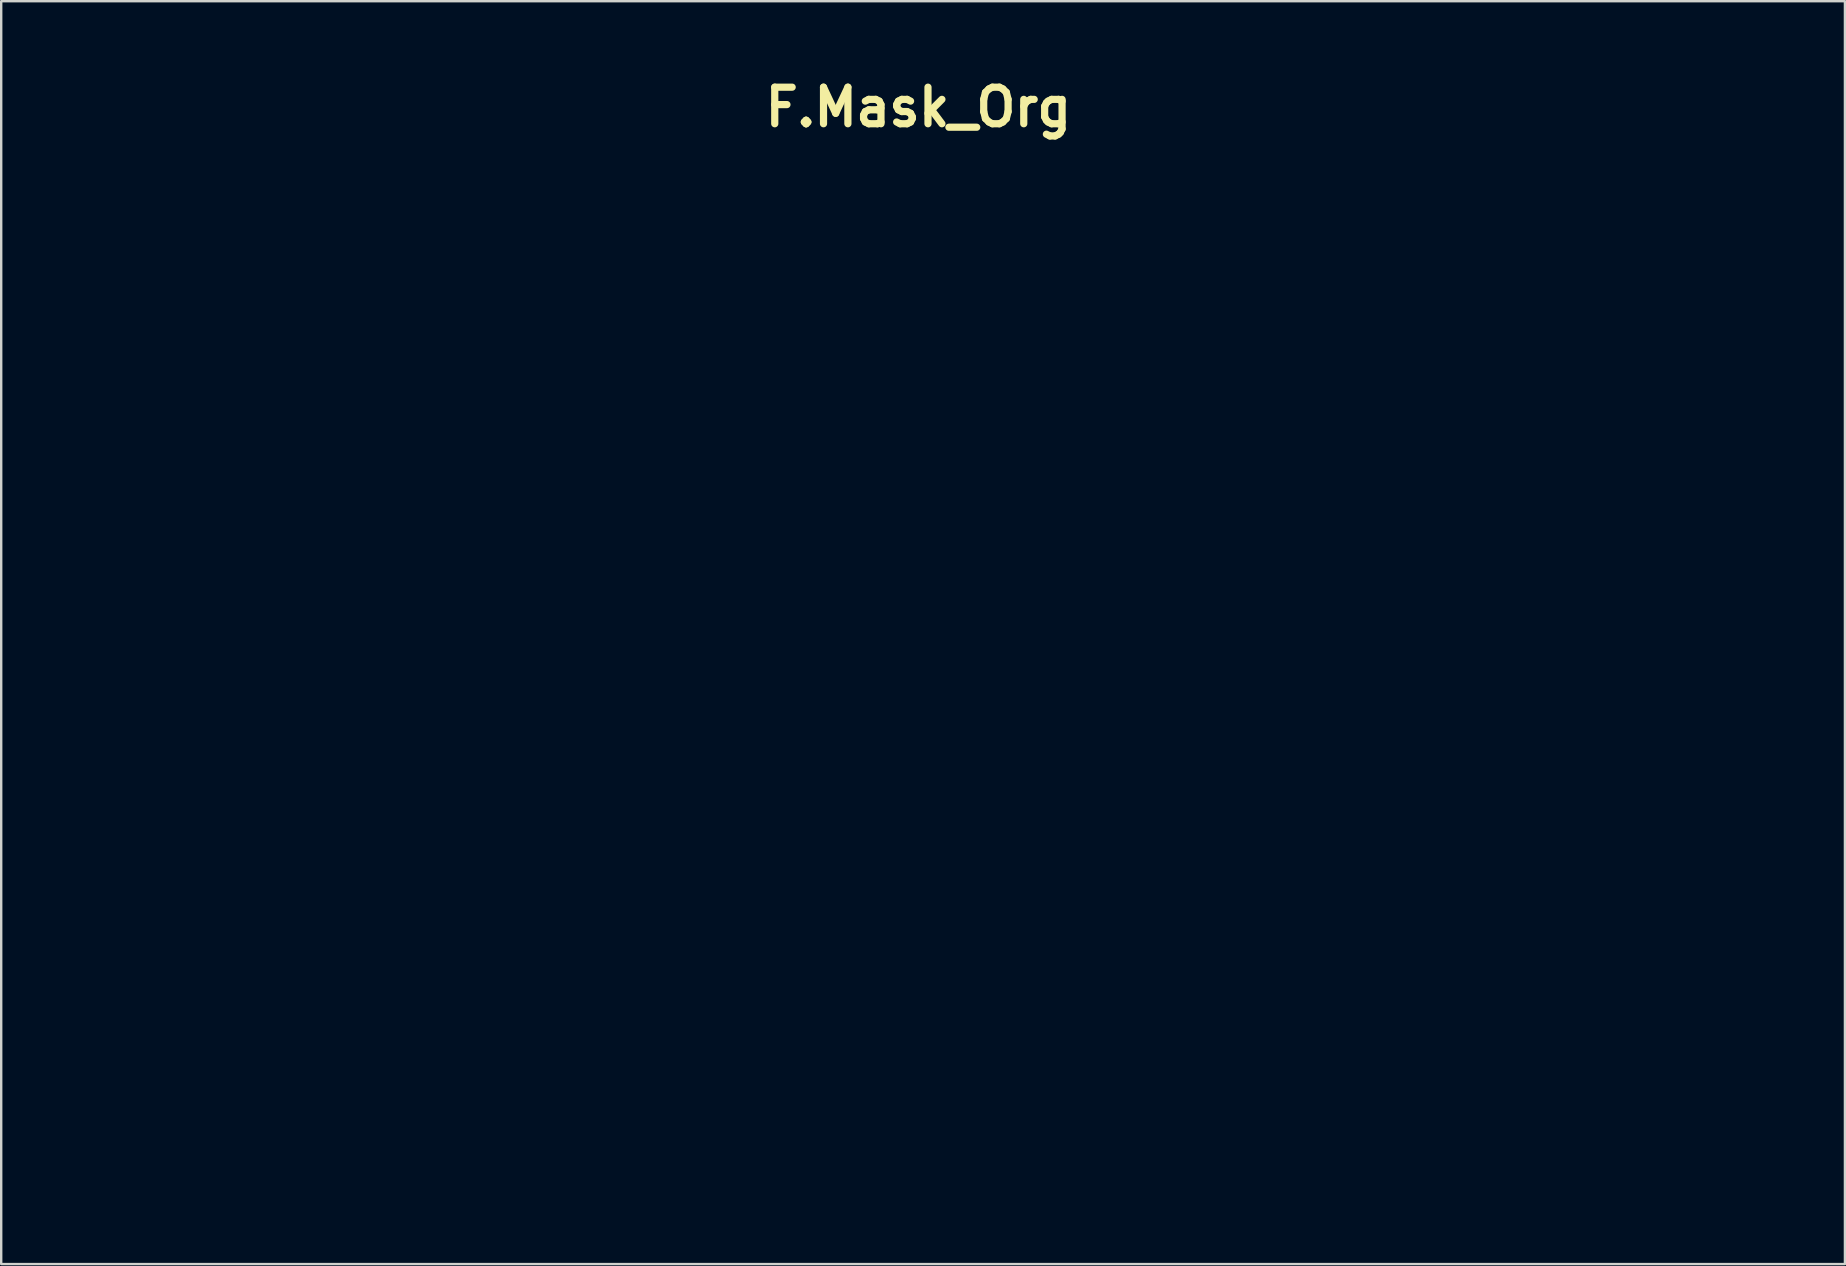
<source format=kicad_pcb>
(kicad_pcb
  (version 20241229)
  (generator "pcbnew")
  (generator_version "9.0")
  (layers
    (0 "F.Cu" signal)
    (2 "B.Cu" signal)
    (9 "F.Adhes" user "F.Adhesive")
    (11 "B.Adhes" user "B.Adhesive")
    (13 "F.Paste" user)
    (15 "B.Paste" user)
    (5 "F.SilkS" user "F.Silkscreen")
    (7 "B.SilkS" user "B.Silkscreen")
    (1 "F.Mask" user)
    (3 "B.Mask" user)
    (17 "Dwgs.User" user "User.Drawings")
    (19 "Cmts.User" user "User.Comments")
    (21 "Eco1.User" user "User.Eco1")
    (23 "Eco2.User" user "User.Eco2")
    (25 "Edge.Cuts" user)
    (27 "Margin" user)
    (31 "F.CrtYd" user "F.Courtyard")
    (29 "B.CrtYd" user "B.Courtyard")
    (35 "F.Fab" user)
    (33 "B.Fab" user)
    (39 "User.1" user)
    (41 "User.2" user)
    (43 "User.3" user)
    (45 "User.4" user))
  (footprint "F.Mask_Org"
    (layer "F.Cu")
    (at 35.227 1.418)
    (property "Reference" "F.Mask_Org" (at 0 0 0) (layer "F.SilkS") (effects (font (size 1.524 1.524) (thickness 0.3))))
    (attr through_hole)
    (fp_poly (pts (xy 7.101 36.515) (xy 7.238 36.558) (xy 7.386 36.638) (xy 7.54 36.752) (xy 7.63 36.833) (xy 7.8 36.995) (xy 7.8 37.33) (xy 7.799 37.463) (xy 7.797 37.563) (xy 7.791 37.639) (xy 7.781 37.701) (xy 7.767 37.758) (xy 7.751 37.808) (xy 7.682 37.964) (xy 7.591 38.089) (xy 7.472 38.187) (xy 7.321 38.264) (xy 7.258 38.287) (xy 7.11 38.324) (xy 6.944 38.341) (xy 6.785 38.336) (xy 6.751 38.332) (xy 6.574 38.292) (xy 6.425 38.226) (xy 6.296 38.133) (xy 6.264 38.102) (xy 6.146 37.959) (xy 6.064 37.798) (xy 6.013 37.613) (xy 6.007 37.573) (xy 5.995 37.426) (xy 6.008 37.292) (xy 6.048 37.155) (xy 6.101 37.037) (xy 6.165 36.932) (xy 6.248 36.825) (xy 6.343 36.726) (xy 6.441 36.644) (xy 6.533 36.586) (xy 6.572 36.569) (xy 6.684 36.541) (xy 6.811 36.52) (xy 6.937 36.508) (xy 7.047 36.508) (xy 7.101 36.515)) (stroke (width 0.01) (type solid)) (fill yes) (layer "F.Mask"))
    (fp_poly (pts (xy 5.974 38.649) (xy 6.065 38.659) (xy 6.177 38.675) (xy 6.315 38.699) (xy 6.486 38.731) (xy 6.572 38.747) (xy 6.763 38.775) (xy 6.973 38.791) (xy 7.187 38.794) (xy 7.388 38.784) (xy 7.515 38.769) (xy 7.671 38.746) (xy 7.791 38.732) (xy 7.88 38.729) (xy 7.944 38.738) (xy 7.988 38.759) (xy 8.018 38.794) (xy 8.038 38.843) (xy 8.043 38.862) (xy 8.051 38.899) (xy 8.051 38.932) (xy 8.039 38.972) (xy 8.012 39.025) (xy 7.967 39.102) (xy 7.945 39.14) (xy 7.881 39.248) (xy 7.827 39.343) (xy 7.782 39.43) (xy 7.747 39.514) (xy 7.719 39.599) (xy 7.699 39.691) (xy 7.686 39.795) (xy 7.678 39.915) (xy 7.676 40.056) (xy 7.678 40.224) (xy 7.683 40.422) (xy 7.691 40.656) (xy 7.694 40.74) (xy 7.701 40.933) (xy 7.707 41.12) (xy 7.713 41.293) (xy 7.718 41.447) (xy 7.722 41.577) (xy 7.724 41.677) (xy 7.726 41.743) (xy 7.726 41.754) (xy 7.728 41.828) (xy 7.739 41.887) (xy 7.763 41.936) (xy 7.806 41.983) (xy 7.873 42.033) (xy 7.969 42.094) (xy 8.033 42.132) (xy 8.123 42.188) (xy 8.206 42.247) (xy 8.27 42.298) (xy 8.295 42.323) (xy 8.336 42.376) (xy 8.352 42.418) (xy 8.35 42.469) (xy 8.348 42.478) (xy 8.31 42.575) (xy 8.235 42.654) (xy 8.181 42.688) (xy 8.15 42.7) (xy 8.11 42.708) (xy 8.053 42.712) (xy 7.972 42.713) (xy 7.86 42.71) (xy 7.782 42.707) (xy 7.635 42.699) (xy 7.473 42.689) (xy 7.314 42.677) (xy 7.177 42.664) (xy 7.157 42.662) (xy 7.017 42.648) (xy 6.855 42.632) (xy 6.694 42.618) (xy 6.57 42.608) (xy 6.272 42.586) (xy 6.02 42.651) (xy 5.898 42.679) (xy 5.77 42.703) (xy 5.644 42.72) (xy 5.529 42.73) (xy 5.434 42.732) (xy 5.369 42.726) (xy 5.355 42.722) (xy 5.279 42.671) (xy 5.237 42.595) (xy 5.228 42.529) (xy 5.239 42.432) (xy 5.275 42.352) (xy 5.321 42.294) (xy 5.383 42.239) (xy 5.458 42.201) (xy 5.556 42.177) (xy 5.678 42.164) (xy 5.782 42.155) (xy 5.855 42.139) (xy 5.905 42.11) (xy 5.938 42.06) (xy 5.96 41.984) (xy 5.978 41.873) (xy 5.982 41.844) (xy 5.998 41.708) (xy 6.012 41.548) (xy 6.024 41.368) (xy 6.035 41.174) (xy 6.044 40.97) (xy 6.051 40.763) (xy 6.056 40.556) (xy 6.059 40.354) (xy 6.06 40.164) (xy 6.059 39.989) (xy 6.055 39.835) (xy 6.049 39.707) (xy 6.04 39.61) (xy 6.028 39.549) (xy 6.025 39.539) (xy 5.981 39.457) (xy 5.924 39.39) (xy 5.848 39.336) (xy 5.747 39.289) (xy 5.613 39.245) (xy 5.529 39.222) (xy 5.44 39.186) (xy 5.361 39.131) (xy 5.302 39.065) (xy 5.272 38.998) (xy 5.271 38.978) (xy 5.291 38.896) (xy 5.348 38.82) (xy 5.439 38.754) (xy 5.556 38.701) (xy 5.697 38.664) (xy 5.764 38.653) (xy 5.829 38.647) (xy 5.897 38.646) (xy 5.974 38.649)) (stroke (width 0.01) (type solid)) (fill yes) (layer "F.Mask"))
    (fp_poly (pts (xy 15.89 38.613) (xy 16.139 38.633) (xy 16.375 38.667) (xy 16.547 38.704) (xy 16.794 38.785) (xy 17.01 38.894) (xy 17.195 39.031) (xy 17.348 39.197) (xy 17.469 39.39) (xy 17.558 39.611) (xy 17.58 39.688) (xy 17.608 39.852) (xy 17.604 40.008) (xy 17.566 40.158) (xy 17.492 40.307) (xy 17.381 40.46) (xy 17.241 40.61) (xy 17.12 40.72) (xy 17.006 40.798) (xy 16.886 40.851) (xy 16.747 40.885) (xy 16.65 40.899) (xy 16.453 40.91) (xy 16.269 40.897) (xy 16.1 40.862) (xy 15.951 40.807) (xy 15.825 40.734) (xy 15.727 40.645) (xy 15.659 40.544) (xy 15.626 40.43) (xy 15.63 40.313) (xy 15.657 40.251) (xy 15.71 40.223) (xy 15.788 40.228) (xy 15.891 40.267) (xy 15.909 40.276) (xy 15.99 40.314) (xy 16.071 40.348) (xy 16.12 40.365) (xy 16.18 40.379) (xy 16.228 40.375) (xy 16.286 40.35) (xy 16.292 40.347) (xy 16.371 40.297) (xy 16.459 40.227) (xy 16.544 40.147) (xy 16.614 40.069) (xy 16.659 40.003) (xy 16.695 39.9) (xy 16.693 39.799) (xy 16.667 39.719) (xy 16.591 39.576) (xy 16.496 39.467) (xy 16.428 39.417) (xy 16.318 39.374) (xy 16.19 39.358) (xy 16.056 39.369) (xy 15.932 39.408) (xy 15.815 39.48) (xy 15.702 39.588) (xy 15.598 39.724) (xy 15.507 39.882) (xy 15.434 40.054) (xy 15.4 40.169) (xy 15.373 40.31) (xy 15.356 40.471) (xy 15.35 40.635) (xy 15.357 40.785) (xy 15.364 40.843) (xy 15.411 41.076) (xy 15.476 41.291) (xy 15.556 41.485) (xy 15.649 41.653) (xy 15.753 41.792) (xy 15.866 41.898) (xy 15.985 41.967) (xy 16.024 41.98) (xy 16.167 42.02) (xy 16.283 42.049) (xy 16.384 42.069) (xy 16.484 42.082) (xy 16.594 42.091) (xy 16.648 42.094) (xy 16.759 42.099) (xy 16.837 42.099) (xy 16.893 42.095) (xy 16.935 42.085) (xy 16.975 42.069) (xy 16.987 42.063) (xy 17.052 42.024) (xy 17.107 41.977) (xy 17.158 41.912) (xy 17.215 41.821) (xy 17.241 41.774) (xy 17.318 41.646) (xy 17.387 41.556) (xy 17.451 41.504) (xy 17.512 41.486) (xy 17.575 41.502) (xy 17.619 41.531) (xy 17.697 41.615) (xy 17.736 41.713) (xy 17.736 41.825) (xy 17.697 41.947) (xy 17.62 42.08) (xy 17.506 42.222) (xy 17.439 42.291) (xy 17.219 42.482) (xy 16.981 42.635) (xy 16.724 42.751) (xy 16.448 42.831) (xy 16.151 42.875) (xy 15.833 42.882) (xy 15.549 42.861) (xy 15.221 42.804) (xy 14.914 42.71) (xy 14.628 42.581) (xy 14.366 42.418) (xy 14.129 42.223) (xy 13.919 41.996) (xy 13.738 41.739) (xy 13.597 41.474) (xy 13.537 41.328) (xy 13.497 41.181) (xy 13.473 41.022) (xy 13.463 40.839) (xy 13.462 40.778) (xy 13.48 40.463) (xy 13.534 40.165) (xy 13.622 39.887) (xy 13.743 39.63) (xy 13.895 39.396) (xy 14.076 39.188) (xy 14.285 39.008) (xy 14.52 38.859) (xy 14.779 38.742) (xy 14.978 38.679) (xy 15.173 38.641) (xy 15.397 38.617) (xy 15.639 38.608) (xy 15.89 38.613)) (stroke (width 0.01) (type solid)) (fill yes) (layer "F.Mask"))
    (fp_poly (pts (xy -18.589 36.355) (xy -18.425 36.361) (xy -18.283 36.371) (xy -18.154 36.388) (xy -18.028 36.412) (xy -17.895 36.445) (xy -17.744 36.489) (xy -17.727 36.494) (xy -17.454 36.593) (xy -17.186 36.718) (xy -16.93 36.866) (xy -16.69 37.032) (xy -16.473 37.212) (xy -16.284 37.402) (xy -16.129 37.599) (xy -16.066 37.698) (xy -15.981 37.867) (xy -15.901 38.077) (xy -15.825 38.324) (xy -15.755 38.606) (xy -15.719 38.777) (xy -15.653 39.195) (xy -15.626 39.599) (xy -15.635 39.99) (xy -15.683 40.365) (xy -15.76 40.693) (xy -15.871 41.003) (xy -16.02 41.296) (xy -16.204 41.568) (xy -16.422 41.82) (xy -16.673 42.048) (xy -16.953 42.252) (xy -17.263 42.429) (xy -17.599 42.579) (xy -17.795 42.649) (xy -17.993 42.705) (xy -18.211 42.754) (xy -18.44 42.793) (xy -18.668 42.821) (xy -18.887 42.837) (xy -19.087 42.84) (xy -19.258 42.828) (xy -19.272 42.826) (xy -19.384 42.81) (xy -19.519 42.788) (xy -19.663 42.763) (xy -19.804 42.737) (xy -19.928 42.712) (xy -20.021 42.692) (xy -20.178 42.641) (xy -20.353 42.558) (xy -20.541 42.447) (xy -20.736 42.311) (xy -20.934 42.154) (xy -21.128 41.979) (xy -21.154 41.954) (xy -21.408 41.68) (xy -21.626 41.388) (xy -21.806 41.076) (xy -21.953 40.742) (xy -22.065 40.382) (xy -22.072 40.354) (xy -22.145 39.983) (xy -22.177 39.608) (xy -22.173 39.394) (xy -19.742 39.394) (xy -19.742 39.683) (xy -19.737 39.972) (xy -19.729 40.254) (xy -19.717 40.523) (xy -19.701 40.774) (xy -19.682 41.001) (xy -19.66 41.197) (xy -19.633 41.358) (xy -19.631 41.368) (xy -19.591 41.515) (xy -19.533 41.658) (xy -19.464 41.782) (xy -19.412 41.852) (xy -19.305 41.943) (xy -19.173 42.01) (xy -19.023 42.053) (xy -18.867 42.068) (xy -18.715 42.054) (xy -18.59 42.015) (xy -18.477 41.945) (xy -18.369 41.839) (xy -18.269 41.7) (xy -18.18 41.536) (xy -18.107 41.351) (xy -18.078 41.258) (xy -18.022 41.014) (xy -17.977 40.735) (xy -17.944 40.424) (xy -17.921 40.086) (xy -17.91 39.725) (xy -17.91 39.347) (xy -17.922 38.956) (xy -17.946 38.557) (xy -17.981 38.163) (xy -17.995 38.042) (xy -18.007 37.951) (xy -18.021 37.88) (xy -18.039 37.817) (xy -18.066 37.752) (xy -18.104 37.673) (xy -18.119 37.641) (xy -18.23 37.444) (xy -18.352 37.287) (xy -18.482 37.171) (xy -18.622 37.094) (xy -18.769 37.059) (xy -18.924 37.065) (xy -19.085 37.112) (xy -19.138 37.136) (xy -19.255 37.202) (xy -19.347 37.277) (xy -19.425 37.371) (xy -19.493 37.491) (xy -19.544 37.603) (xy -19.585 37.709) (xy -19.622 37.815) (xy -19.65 37.908) (xy -19.662 37.962) (xy -19.686 38.135) (xy -19.705 38.342) (xy -19.72 38.577) (xy -19.732 38.835) (xy -19.739 39.109) (xy -19.742 39.394) (xy -22.173 39.394) (xy -22.17 39.234) (xy -22.122 38.864) (xy -22.036 38.504) (xy -21.913 38.163) (xy -21.827 37.972) (xy -21.742 37.81) (xy -21.651 37.668) (xy -21.547 37.533) (xy -21.422 37.394) (xy -21.391 37.362) (xy -21.297 37.269) (xy -21.201 37.177) (xy -21.112 37.095) (xy -21.039 37.032) (xy -21.018 37.016) (xy -20.883 36.925) (xy -20.714 36.831) (xy -20.518 36.738) (xy -20.303 36.648) (xy -20.078 36.565) (xy -19.848 36.492) (xy -19.624 36.432) (xy -19.494 36.403) (xy -19.405 36.386) (xy -19.324 36.373) (xy -19.24 36.365) (xy -19.147 36.359) (xy -19.034 36.355) (xy -18.893 36.354) (xy -18.785 36.354) (xy -18.589 36.355)) (stroke (width 0.01) (type solid)) (fill yes) (layer "F.Mask"))
    (fp_poly (pts (xy 22.011 27.888) (xy 22.121 27.921) (xy 22.203 27.972) (xy 22.252 28.037) (xy 22.268 28.113) (xy 22.246 28.197) (xy 22.201 28.264) (xy 22.147 28.319) (xy 22.062 28.387) (xy 21.955 28.464) (xy 21.833 28.545) (xy 21.704 28.625) (xy 21.627 28.668) (xy 21.557 28.709) (xy 21.503 28.744) (xy 21.473 28.766) (xy 21.472 28.769) (xy 21.468 28.795) (xy 21.465 28.859) (xy 21.462 28.959) (xy 21.459 29.09) (xy 21.456 29.249) (xy 21.453 29.432) (xy 21.45 29.636) (xy 21.448 29.857) (xy 21.445 30.092) (xy 21.443 30.336) (xy 21.441 30.587) (xy 21.44 30.84) (xy 21.438 31.093) (xy 21.437 31.341) (xy 21.437 31.58) (xy 21.436 31.808) (xy 21.436 32.021) (xy 21.436 32.214) (xy 21.437 32.385) (xy 21.438 32.53) (xy 21.44 32.645) (xy 21.442 32.726) (xy 21.445 32.771) (xy 21.446 32.775) (xy 21.476 32.863) (xy 21.519 32.931) (xy 21.524 32.936) (xy 21.553 32.962) (xy 21.586 32.979) (xy 21.631 32.99) (xy 21.7 32.998) (xy 21.799 33.005) (xy 21.96 33.022) (xy 22.083 33.053) (xy 22.173 33.097) (xy 22.234 33.158) (xy 22.236 33.161) (xy 22.258 33.21) (xy 22.28 33.284) (xy 22.294 33.351) (xy 22.305 33.455) (xy 22.296 33.527) (xy 22.265 33.575) (xy 22.208 33.605) (xy 22.189 33.611) (xy 22.109 33.625) (xy 22.002 33.63) (xy 21.882 33.628) (xy 21.765 33.619) (xy 21.706 33.61) (xy 21.561 33.588) (xy 21.381 33.566) (xy 21.174 33.544) (xy 20.948 33.523) (xy 20.71 33.505) (xy 20.578 33.496) (xy 20.424 33.486) (xy 20.304 33.48) (xy 20.206 33.476) (xy 20.121 33.476) (xy 20.041 33.48) (xy 19.954 33.488) (xy 19.852 33.5) (xy 19.725 33.517) (xy 19.7 33.52) (xy 19.439 33.552) (xy 19.215 33.571) (xy 19.028 33.579) (xy 18.88 33.574) (xy 18.772 33.556) (xy 18.722 33.539) (xy 18.641 33.483) (xy 18.602 33.418) (xy 18.603 33.341) (xy 18.614 33.308) (xy 18.652 33.249) (xy 18.718 33.199) (xy 18.814 33.156) (xy 18.944 33.117) (xy 19.103 33.083) (xy 19.259 33.05) (xy 19.379 33.014) (xy 19.469 32.972) (xy 19.535 32.922) (xy 19.567 32.886) (xy 19.575 32.877) (xy 19.582 32.87) (xy 19.588 32.862) (xy 19.593 32.852) (xy 19.598 32.837) (xy 19.601 32.813) (xy 19.604 32.78) (xy 19.607 32.733) (xy 19.608 32.672) (xy 19.609 32.593) (xy 19.609 32.493) (xy 19.609 32.371) (xy 19.608 32.223) (xy 19.607 32.048) (xy 19.605 31.843) (xy 19.603 31.604) (xy 19.6 31.331) (xy 19.597 31.02) (xy 19.594 30.723) (xy 19.591 30.438) (xy 19.588 30.166) (xy 19.584 29.911) (xy 19.58 29.677) (xy 19.576 29.466) (xy 19.572 29.281) (xy 19.568 29.126) (xy 19.563 29.003) (xy 19.559 28.917) (xy 19.556 28.869) (xy 19.555 28.868) (xy 19.519 28.727) (xy 19.46 28.613) (xy 19.381 28.53) (xy 19.333 28.501) (xy 19.277 28.482) (xy 19.191 28.463) (xy 19.088 28.445) (xy 19.013 28.435) (xy 18.868 28.414) (xy 18.76 28.39) (xy 18.684 28.359) (xy 18.634 28.318) (xy 18.604 28.265) (xy 18.593 28.225) (xy 18.593 28.145) (xy 18.626 28.074) (xy 18.696 28.011) (xy 18.787 27.959) (xy 18.856 27.927) (xy 18.915 27.906) (xy 18.979 27.893) (xy 19.061 27.886) (xy 19.152 27.882) (xy 19.229 27.88) (xy 19.307 27.881) (xy 19.394 27.887) (xy 19.495 27.896) (xy 19.618 27.911) (xy 19.768 27.931) (xy 19.953 27.957) (xy 19.992 27.963) (xy 20.221 27.996) (xy 20.414 28.021) (xy 20.578 28.039) (xy 20.719 28.05) (xy 20.843 28.054) (xy 20.956 28.05) (xy 21.065 28.039) (xy 21.175 28.021) (xy 21.293 27.996) (xy 21.419 27.965) (xy 21.543 27.935) (xy 21.662 27.909) (xy 21.765 27.89) (xy 21.843 27.879) (xy 21.874 27.877) (xy 22.011 27.888)) (stroke (width 0.01) (type solid)) (fill yes) (layer "F.Mask"))
    (fp_poly (pts (xy 21.936 38.449) (xy 22.115 38.505) (xy 22.272 38.593) (xy 22.403 38.709) (xy 22.49 38.829) (xy 22.546 38.963) (xy 22.569 39.114) (xy 22.562 39.27) (xy 22.525 39.423) (xy 22.461 39.562) (xy 22.37 39.678) (xy 22.355 39.693) (xy 22.27 39.761) (xy 22.181 39.811) (xy 22.08 39.846) (xy 21.962 39.867) (xy 21.821 39.874) (xy 21.651 39.869) (xy 21.475 39.856) (xy 21.167 39.829) (xy 21.088 39.885) (xy 21.01 39.947) (xy 20.919 40.031) (xy 20.826 40.124) (xy 20.742 40.216) (xy 20.676 40.297) (xy 20.657 40.325) (xy 20.592 40.448) (xy 20.534 40.597) (xy 20.488 40.757) (xy 20.47 40.852) (xy 20.463 40.916) (xy 20.457 41.013) (xy 20.452 41.134) (xy 20.449 41.271) (xy 20.447 41.414) (xy 20.447 41.434) (xy 20.447 41.603) (xy 20.449 41.736) (xy 20.455 41.837) (xy 20.469 41.913) (xy 20.494 41.968) (xy 20.532 42.009) (xy 20.588 42.041) (xy 20.663 42.069) (xy 20.761 42.099) (xy 20.816 42.116) (xy 21 42.175) (xy 21.146 42.228) (xy 21.257 42.279) (xy 21.336 42.329) (xy 21.386 42.38) (xy 21.412 42.435) (xy 21.416 42.495) (xy 21.415 42.505) (xy 21.382 42.61) (xy 21.314 42.695) (xy 21.243 42.746) (xy 21.092 42.812) (xy 20.917 42.85) (xy 20.731 42.857) (xy 20.627 42.847) (xy 20.589 42.84) (xy 20.516 42.826) (xy 20.415 42.805) (xy 20.292 42.78) (xy 20.155 42.751) (xy 20.066 42.732) (xy 19.929 42.703) (xy 19.811 42.679) (xy 19.707 42.66) (xy 19.61 42.647) (xy 19.516 42.639) (xy 19.421 42.636) (xy 19.317 42.639) (xy 19.202 42.648) (xy 19.069 42.663) (xy 18.913 42.683) (xy 18.729 42.71) (xy 18.511 42.743) (xy 18.339 42.769) (xy 18.232 42.785) (xy 18.155 42.793) (xy 18.099 42.793) (xy 18.053 42.787) (xy 18.012 42.776) (xy 17.93 42.733) (xy 17.873 42.664) (xy 17.839 42.564) (xy 17.829 42.497) (xy 17.825 42.444) (xy 17.829 42.405) (xy 17.848 42.376) (xy 17.888 42.352) (xy 17.954 42.329) (xy 18.053 42.302) (xy 18.101 42.29) (xy 18.259 42.242) (xy 18.388 42.186) (xy 18.483 42.126) (xy 18.513 42.097) (xy 18.55 42.034) (xy 18.584 41.931) (xy 18.613 41.793) (xy 18.637 41.622) (xy 18.657 41.423) (xy 18.671 41.198) (xy 18.68 40.951) (xy 18.683 40.685) (xy 18.681 40.403) (xy 18.675 40.185) (xy 18.668 39.989) (xy 18.661 39.831) (xy 18.653 39.706) (xy 18.642 39.608) (xy 18.626 39.535) (xy 18.603 39.48) (xy 18.571 39.439) (xy 18.528 39.407) (xy 18.472 39.38) (xy 18.402 39.354) (xy 18.335 39.329) (xy 18.154 39.259) (xy 18.012 39.195) (xy 17.905 39.136) (xy 17.83 39.078) (xy 17.785 39.019) (xy 17.765 38.958) (xy 17.768 38.894) (xy 17.806 38.797) (xy 17.877 38.716) (xy 17.969 38.658) (xy 18.074 38.631) (xy 18.102 38.63) (xy 18.147 38.634) (xy 18.224 38.645) (xy 18.324 38.662) (xy 18.438 38.683) (xy 18.489 38.693) (xy 18.751 38.739) (xy 18.992 38.766) (xy 19.209 38.774) (xy 19.395 38.764) (xy 19.503 38.747) (xy 19.603 38.722) (xy 19.705 38.694) (xy 19.788 38.667) (xy 19.788 38.667) (xy 19.934 38.62) (xy 20.053 38.594) (xy 20.157 38.587) (xy 20.256 38.598) (xy 20.262 38.599) (xy 20.34 38.618) (xy 20.399 38.644) (xy 20.44 38.68) (xy 20.466 38.734) (xy 20.479 38.811) (xy 20.48 38.916) (xy 20.473 39.055) (xy 20.467 39.127) (xy 20.46 39.237) (xy 20.454 39.331) (xy 20.452 39.402) (xy 20.452 39.441) (xy 20.453 39.447) (xy 20.468 39.436) (xy 20.498 39.396) (xy 20.535 39.339) (xy 20.577 39.269) (xy 20.633 39.176) (xy 20.692 39.078) (xy 20.722 39.028) (xy 20.839 38.849) (xy 20.954 38.708) (xy 21.073 38.6) (xy 21.201 38.522) (xy 21.345 38.469) (xy 21.509 38.436) (xy 21.523 38.435) (xy 21.737 38.425) (xy 21.936 38.449)) (stroke (width 0.01) (type solid)) (fill yes) (layer "F.Mask"))
    (fp_poly (pts (xy -3.474 38.587) (xy -3.253 38.61) (xy -3.039 38.648) (xy -2.841 38.698) (xy -2.669 38.761) (xy -2.564 38.813) (xy -2.438 38.901) (xy -2.324 39.016) (xy -2.218 39.159) (xy -2.117 39.337) (xy -2.02 39.551) (xy -1.991 39.623) (xy -1.88 39.925) (xy -1.784 40.231) (xy -1.699 40.551) (xy -1.624 40.893) (xy -1.557 41.265) (xy -1.533 41.416) (xy -1.474 41.801) (xy -1.409 41.768) (xy -1.366 41.739) (xy -1.305 41.687) (xy -1.234 41.621) (xy -1.192 41.579) (xy -1.105 41.496) (xy -1.037 41.445) (xy -0.983 41.423) (xy -0.936 41.43) (xy -0.892 41.463) (xy -0.889 41.465) (xy -0.852 41.532) (xy -0.845 41.625) (xy -0.868 41.743) (xy -0.921 41.882) (xy -0.928 41.898) (xy -1 42.033) (xy -1.079 42.145) (xy -1.178 42.246) (xy -1.305 42.349) (xy -1.309 42.352) (xy -1.503 42.483) (xy -1.686 42.585) (xy -1.854 42.655) (xy -1.996 42.69) (xy -2.125 42.704) (xy -2.27 42.712) (xy -2.421 42.714) (xy -2.566 42.71) (xy -2.693 42.7) (xy -2.792 42.685) (xy -2.805 42.682) (xy -2.91 42.652) (xy -2.995 42.622) (xy -3.068 42.586) (xy -3.135 42.538) (xy -3.206 42.473) (xy -3.287 42.385) (xy -3.385 42.269) (xy -3.391 42.262) (xy -3.441 42.202) (xy -3.631 42.322) (xy -3.815 42.431) (xy -4.003 42.528) (xy -4.181 42.608) (xy -4.286 42.647) (xy -4.496 42.704) (xy -4.723 42.744) (xy -4.952 42.764) (xy -5.169 42.764) (xy -5.264 42.755) (xy -5.499 42.708) (xy -5.712 42.626) (xy -5.903 42.508) (xy -6.054 42.376) (xy -6.215 42.182) (xy -6.341 41.97) (xy -6.43 41.743) (xy -6.482 41.506) (xy -6.497 41.264) (xy -6.486 41.149) (xy -4.527 41.149) (xy -4.512 41.322) (xy -4.471 41.485) (xy -4.405 41.629) (xy -4.318 41.749) (xy -4.223 41.829) (xy -4.16 41.852) (xy -4.069 41.865) (xy -3.962 41.867) (xy -3.852 41.858) (xy -3.752 41.84) (xy -3.674 41.813) (xy -3.673 41.812) (xy -3.623 41.78) (xy -3.587 41.738) (xy -3.561 41.681) (xy -3.546 41.601) (xy -3.539 41.494) (xy -3.539 41.353) (xy -3.54 41.286) (xy -3.544 41.16) (xy -3.55 41.068) (xy -3.559 40.999) (xy -3.572 40.943) (xy -3.591 40.891) (xy -3.597 40.877) (xy -3.673 40.754) (xy -3.775 40.662) (xy -3.9 40.603) (xy -4.045 40.58) (xy -4.142 40.585) (xy -4.267 40.612) (xy -4.363 40.662) (xy -4.434 40.741) (xy -4.484 40.852) (xy -4.512 40.973) (xy -4.527 41.149) (xy -6.486 41.149) (xy -6.473 41.022) (xy -6.411 40.783) (xy -6.31 40.552) (xy -6.282 40.502) (xy -6.211 40.398) (xy -6.116 40.283) (xy -6.007 40.168) (xy -5.892 40.06) (xy -5.782 39.97) (xy -5.684 39.906) (xy -5.679 39.904) (xy -5.542 39.838) (xy -5.414 39.795) (xy -5.276 39.77) (xy -5.154 39.758) (xy -5.041 39.754) (xy -4.932 39.758) (xy -4.819 39.771) (xy -4.695 39.794) (xy -4.552 39.829) (xy -4.383 39.878) (xy -4.237 39.923) (xy -4.113 39.961) (xy -4.002 39.993) (xy -3.912 40.018) (xy -3.848 40.034) (xy -3.816 40.038) (xy -3.814 40.038) (xy -3.809 40.006) (xy -3.819 39.947) (xy -3.841 39.87) (xy -3.873 39.785) (xy -3.909 39.704) (xy -3.948 39.635) (xy -3.955 39.624) (xy -4.061 39.503) (xy -4.182 39.421) (xy -4.317 39.379) (xy -4.359 39.374) (xy -4.425 39.373) (xy -4.494 39.378) (xy -4.573 39.394) (xy -4.668 39.42) (xy -4.788 39.459) (xy -4.939 39.512) (xy -4.96 39.52) (xy -5.055 39.553) (xy -5.139 39.58) (xy -5.201 39.597) (xy -5.231 39.603) (xy -5.288 39.584) (xy -5.337 39.532) (xy -5.373 39.46) (xy -5.392 39.376) (xy -5.39 39.291) (xy -5.376 39.242) (xy -5.332 39.174) (xy -5.258 39.098) (xy -5.162 39.021) (xy -5.053 38.95) (xy -4.984 38.914) (xy -4.875 38.866) (xy -4.737 38.814) (xy -4.582 38.759) (xy -4.42 38.707) (xy -4.265 38.662) (xy -4.127 38.626) (xy -4.085 38.616) (xy -3.899 38.589) (xy -3.693 38.58) (xy -3.474 38.587)) (stroke (width 0.01) (type solid)) (fill yes) (layer "F.Mask"))
    (fp_poly (pts (xy 27.151 27.801) (xy 27.224 27.835) (xy 27.271 27.875) (xy 27.337 27.941) (xy 27.35 28.39) (xy 27.355 28.545) (xy 27.36 28.667) (xy 27.365 28.762) (xy 27.374 28.84) (xy 27.385 28.909) (xy 27.402 28.977) (xy 27.425 29.052) (xy 27.455 29.142) (xy 27.474 29.199) (xy 27.528 29.363) (xy 27.566 29.492) (xy 27.587 29.592) (xy 27.591 29.669) (xy 27.58 29.726) (xy 27.552 29.77) (xy 27.507 29.805) (xy 27.476 29.823) (xy 27.376 29.86) (xy 27.29 29.859) (xy 27.212 29.82) (xy 27.2 29.811) (xy 27.148 29.75) (xy 27.089 29.653) (xy 27.028 29.527) (xy 26.966 29.377) (xy 26.907 29.208) (xy 26.891 29.157) (xy 26.842 29.006) (xy 26.795 28.888) (xy 26.748 28.796) (xy 26.695 28.721) (xy 26.633 28.657) (xy 26.628 28.652) (xy 26.534 28.585) (xy 26.442 28.559) (xy 26.346 28.574) (xy 26.29 28.598) (xy 26.227 28.639) (xy 26.179 28.692) (xy 26.133 28.77) (xy 26.131 28.775) (xy 26.067 28.9) (xy 26.059 29.558) (xy 26.058 29.701) (xy 26.058 29.881) (xy 26.058 30.091) (xy 26.058 30.324) (xy 26.059 30.575) (xy 26.061 30.836) (xy 26.063 31.103) (xy 26.065 31.368) (xy 26.067 31.572) (xy 26.082 32.928) (xy 26.487 33.052) (xy 26.613 33.091) (xy 26.727 33.128) (xy 26.821 33.161) (xy 26.89 33.187) (xy 26.925 33.203) (xy 26.927 33.205) (xy 26.965 33.263) (xy 26.975 33.339) (xy 26.958 33.422) (xy 26.916 33.501) (xy 26.886 33.534) (xy 26.806 33.585) (xy 26.714 33.612) (xy 26.652 33.623) (xy 26.601 33.629) (xy 26.55 33.629) (xy 26.484 33.624) (xy 26.391 33.614) (xy 26.374 33.612) (xy 26.094 33.578) (xy 25.851 33.55) (xy 25.642 33.526) (xy 25.462 33.507) (xy 25.306 33.493) (xy 25.171 33.482) (xy 25.051 33.476) (xy 24.943 33.474) (xy 24.842 33.475) (xy 24.744 33.479) (xy 24.645 33.487) (xy 24.539 33.498) (xy 24.424 33.511) (xy 24.375 33.517) (xy 24.2 33.538) (xy 24.055 33.553) (xy 23.93 33.563) (xy 23.812 33.568) (xy 23.691 33.568) (xy 23.56 33.566) (xy 23.424 33.562) (xy 23.322 33.557) (xy 23.246 33.55) (xy 23.189 33.54) (xy 23.143 33.526) (xy 23.11 33.513) (xy 23.047 33.479) (xy 23.011 33.443) (xy 22.989 33.39) (xy 22.989 33.387) (xy 22.971 33.311) (xy 22.969 33.259) (xy 22.984 33.216) (xy 22.998 33.196) (xy 23.043 33.156) (xy 23.121 33.122) (xy 23.236 33.091) (xy 23.389 33.064) (xy 23.471 33.052) (xy 23.613 33.032) (xy 23.72 33.013) (xy 23.802 32.994) (xy 23.866 32.972) (xy 23.92 32.945) (xy 23.931 32.938) (xy 23.996 32.898) (xy 24.01 32.625) (xy 24.013 32.555) (xy 24.015 32.447) (xy 24.017 32.306) (xy 24.019 32.136) (xy 24.021 31.943) (xy 24.022 31.73) (xy 24.023 31.503) (xy 24.024 31.266) (xy 24.024 31.032) (xy 24.023 30.618) (xy 24.02 30.246) (xy 24.015 29.915) (xy 24.007 29.624) (xy 23.998 29.373) (xy 23.986 29.162) (xy 23.972 28.99) (xy 23.956 28.857) (xy 23.937 28.761) (xy 23.936 28.757) (xy 23.894 28.664) (xy 23.827 28.594) (xy 23.743 28.55) (xy 23.652 28.538) (xy 23.563 28.562) (xy 23.562 28.562) (xy 23.505 28.609) (xy 23.437 28.693) (xy 23.361 28.811) (xy 23.28 28.959) (xy 23.194 29.134) (xy 23.181 29.163) (xy 23.104 29.329) (xy 23.037 29.46) (xy 22.976 29.562) (xy 22.919 29.642) (xy 22.861 29.704) (xy 22.845 29.719) (xy 22.793 29.76) (xy 22.75 29.776) (xy 22.693 29.775) (xy 22.672 29.772) (xy 22.575 29.75) (xy 22.508 29.714) (xy 22.472 29.661) (xy 22.465 29.587) (xy 22.485 29.488) (xy 22.534 29.36) (xy 22.561 29.3) (xy 22.607 29.198) (xy 22.638 29.121) (xy 22.657 29.054) (xy 22.669 28.985) (xy 22.676 28.899) (xy 22.678 28.861) (xy 22.694 28.656) (xy 22.717 28.485) (xy 22.748 28.34) (xy 22.789 28.212) (xy 22.843 28.093) (xy 22.843 28.092) (xy 22.9 27.986) (xy 22.947 27.913) (xy 22.992 27.866) (xy 23.042 27.839) (xy 23.106 27.828) (xy 23.192 27.825) (xy 23.194 27.825) (xy 23.282 27.826) (xy 23.343 27.833) (xy 23.394 27.851) (xy 23.45 27.883) (xy 23.465 27.892) (xy 23.573 27.961) (xy 26.667 27.961) (xy 26.843 27.875) (xy 26.968 27.822) (xy 27.068 27.797) (xy 27.151 27.801)) (stroke (width 0.01) (type solid)) (fill yes) (layer "F.Mask"))
    (fp_poly (pts (xy -11.424 38.45) (xy -11.245 38.508) (xy -11.09 38.596) (xy -10.96 38.713) (xy -10.868 38.844) (xy -10.839 38.9) (xy -10.821 38.949) (xy -10.811 39.004) (xy -10.806 39.077) (xy -10.806 39.169) (xy -10.807 39.271) (xy -10.812 39.345) (xy -10.824 39.403) (xy -10.845 39.459) (xy -10.865 39.502) (xy -10.949 39.629) (xy -11.063 39.741) (xy -11.179 39.816) (xy -11.271 39.847) (xy -11.399 39.866) (xy -11.56 39.873) (xy -11.75 39.868) (xy -11.891 39.857) (xy -12.018 39.846) (xy -12.113 39.842) (xy -12.187 39.848) (xy -12.249 39.868) (xy -12.309 39.905) (xy -12.377 39.964) (xy -12.464 40.047) (xy -12.489 40.072) (xy -12.627 40.222) (xy -12.731 40.372) (xy -12.809 40.534) (xy -12.868 40.721) (xy -12.872 40.738) (xy -12.887 40.805) (xy -12.899 40.869) (xy -12.907 40.937) (xy -12.912 41.017) (xy -12.915 41.117) (xy -12.916 41.244) (xy -12.916 41.406) (xy -12.916 41.408) (xy -12.915 41.582) (xy -12.913 41.72) (xy -12.908 41.826) (xy -12.896 41.906) (xy -12.875 41.964) (xy -12.843 42.006) (xy -12.797 42.037) (xy -12.735 42.062) (xy -12.653 42.087) (xy -12.574 42.11) (xy -12.381 42.17) (xy -12.228 42.226) (xy -12.111 42.281) (xy -12.029 42.337) (xy -11.977 42.396) (xy -11.953 42.459) (xy -11.955 42.528) (xy -11.961 42.553) (xy -12.008 42.644) (xy -12.089 42.722) (xy -12.2 42.783) (xy -12.335 42.826) (xy -12.489 42.85) (xy -12.657 42.852) (xy -12.827 42.832) (xy -12.9 42.818) (xy -13.004 42.797) (xy -13.129 42.771) (xy -13.265 42.742) (xy -13.382 42.716) (xy -13.516 42.689) (xy -13.644 42.665) (xy -13.757 42.646) (xy -13.847 42.634) (xy -13.901 42.63) (xy -13.998 42.634) (xy -14.13 42.645) (xy -14.292 42.663) (xy -14.479 42.688) (xy -14.684 42.717) (xy -14.88 42.748) (xy -15.054 42.774) (xy -15.191 42.786) (xy -15.298 42.786) (xy -15.378 42.771) (xy -15.437 42.742) (xy -15.479 42.696) (xy -15.503 42.648) (xy -15.525 42.57) (xy -15.536 42.486) (xy -15.536 42.474) (xy -15.534 42.428) (xy -15.524 42.394) (xy -15.498 42.368) (xy -15.452 42.345) (xy -15.377 42.322) (xy -15.268 42.293) (xy -15.256 42.29) (xy -15.123 42.249) (xy -15.004 42.201) (xy -14.908 42.149) (xy -14.847 42.099) (xy -14.829 42.064) (xy -14.805 41.997) (xy -14.779 41.91) (xy -14.759 41.832) (xy -14.746 41.778) (xy -14.735 41.728) (xy -14.727 41.68) (xy -14.72 41.628) (xy -14.714 41.568) (xy -14.71 41.495) (xy -14.707 41.405) (xy -14.705 41.294) (xy -14.704 41.157) (xy -14.703 40.989) (xy -14.702 40.786) (xy -14.702 40.64) (xy -14.702 40.387) (xy -14.703 40.173) (xy -14.705 39.995) (xy -14.708 39.848) (xy -14.713 39.73) (xy -14.719 39.637) (xy -14.728 39.566) (xy -14.739 39.514) (xy -14.753 39.476) (xy -14.769 39.449) (xy -14.784 39.434) (xy -14.813 39.419) (xy -14.874 39.392) (xy -14.958 39.358) (xy -15.058 39.319) (xy -15.088 39.307) (xy -15.253 39.242) (xy -15.38 39.184) (xy -15.475 39.131) (xy -15.54 39.079) (xy -15.579 39.026) (xy -15.598 38.969) (xy -15.6 38.936) (xy -15.58 38.84) (xy -15.524 38.751) (xy -15.44 38.682) (xy -15.428 38.675) (xy -15.383 38.654) (xy -15.337 38.641) (xy -15.282 38.635) (xy -15.214 38.638) (xy -15.124 38.649) (xy -15.007 38.669) (xy -14.857 38.698) (xy -14.815 38.706) (xy -14.684 38.731) (xy -14.569 38.748) (xy -14.457 38.758) (xy -14.331 38.763) (xy -14.203 38.764) (xy -14.074 38.763) (xy -13.977 38.761) (xy -13.901 38.755) (xy -13.837 38.745) (xy -13.775 38.73) (xy -13.703 38.708) (xy -13.695 38.705) (xy -13.55 38.658) (xy -13.438 38.624) (xy -13.351 38.601) (xy -13.282 38.589) (xy -13.223 38.585) (xy -13.168 38.588) (xy -13.109 38.597) (xy -13.108 38.598) (xy -13.038 38.611) (xy -12.986 38.627) (xy -12.949 38.65) (xy -12.925 38.686) (xy -12.911 38.742) (xy -12.905 38.823) (xy -12.904 38.935) (xy -12.906 39.065) (xy -12.906 39.202) (xy -12.904 39.309) (xy -12.9 39.383) (xy -12.894 39.419) (xy -12.89 39.423) (xy -12.871 39.4) (xy -12.837 39.349) (xy -12.796 39.281) (xy -12.783 39.258) (xy -12.66 39.052) (xy -12.547 38.883) (xy -12.44 38.747) (xy -12.335 38.64) (xy -12.228 38.559) (xy -12.114 38.5) (xy -11.99 38.46) (xy -11.851 38.435) (xy -11.835 38.433) (xy -11.622 38.425) (xy -11.424 38.45)) (stroke (width 0.01) (type solid)) (fill yes) (layer "F.Mask"))
    (fp_poly (pts (xy -0.156 38.628) (xy 0.001 38.655) (xy 0.166 38.694) (xy 0.278 38.727) (xy 0.353 38.75) (xy 0.415 38.765) (xy 0.475 38.773) (xy 0.545 38.776) (xy 0.636 38.774) (xy 0.741 38.77) (xy 0.868 38.762) (xy 1.021 38.748) (xy 1.182 38.73) (xy 1.334 38.71) (xy 1.376 38.704) (xy 1.493 38.686) (xy 1.597 38.671) (xy 1.678 38.659) (xy 1.731 38.652) (xy 1.746 38.65) (xy 1.78 38.671) (xy 1.809 38.733) (xy 1.832 38.836) (xy 1.843 38.91) (xy 1.855 38.994) (xy 1.865 39.063) (xy 1.872 39.105) (xy 1.874 39.11) (xy 1.894 39.111) (xy 1.943 39.087) (xy 2.017 39.039) (xy 2.058 39.01) (xy 2.161 38.94) (xy 2.28 38.867) (xy 2.394 38.803) (xy 2.424 38.789) (xy 2.638 38.698) (xy 2.838 38.646) (xy 3.029 38.633) (xy 3.214 38.659) (xy 3.397 38.725) (xy 3.564 38.818) (xy 3.714 38.932) (xy 3.835 39.062) (xy 3.934 39.217) (xy 4.01 39.389) (xy 4.028 39.441) (xy 4.055 39.528) (xy 4.091 39.645) (xy 4.134 39.786) (xy 4.182 39.946) (xy 4.234 40.12) (xy 4.287 40.302) (xy 4.294 40.326) (xy 4.347 40.507) (xy 4.398 40.679) (xy 4.446 40.836) (xy 4.489 40.975) (xy 4.526 41.088) (xy 4.554 41.172) (xy 4.573 41.222) (xy 4.575 41.226) (xy 4.622 41.301) (xy 4.7 41.395) (xy 4.802 41.504) (xy 4.925 41.622) (xy 5.056 41.738) (xy 5.121 41.798) (xy 5.174 41.855) (xy 5.206 41.898) (xy 5.209 41.905) (xy 5.217 41.976) (xy 5.197 42.068) (xy 5.153 42.172) (xy 5.089 42.28) (xy 5.066 42.313) (xy 4.965 42.43) (xy 4.834 42.555) (xy 4.684 42.68) (xy 4.525 42.798) (xy 4.366 42.901) (xy 4.218 42.981) (xy 4.166 43.004) (xy 4.045 43.042) (xy 3.915 43.064) (xy 3.79 43.069) (xy 3.684 43.054) (xy 3.659 43.046) (xy 3.489 42.96) (xy 3.332 42.836) (xy 3.191 42.676) (xy 3.066 42.483) (xy 2.961 42.258) (xy 2.892 42.058) (xy 2.846 41.886) (xy 2.803 41.694) (xy 2.764 41.494) (xy 2.731 41.294) (xy 2.707 41.107) (xy 2.692 40.941) (xy 2.688 40.836) (xy 2.682 40.773) (xy 2.664 40.678) (xy 2.638 40.561) (xy 2.605 40.429) (xy 2.569 40.293) (xy 2.53 40.159) (xy 2.492 40.037) (xy 2.457 39.936) (xy 2.427 39.864) (xy 2.425 39.859) (xy 2.359 39.756) (xy 2.285 39.692) (xy 2.2 39.667) (xy 2.183 39.666) (xy 2.072 39.686) (xy 1.973 39.744) (xy 1.891 39.834) (xy 1.832 39.951) (xy 1.813 40.016) (xy 1.804 40.072) (xy 1.794 40.164) (xy 1.785 40.286) (xy 1.776 40.431) (xy 1.768 40.594) (xy 1.76 40.768) (xy 1.753 40.947) (xy 1.747 41.125) (xy 1.742 41.295) (xy 1.739 41.452) (xy 1.739 41.588) (xy 1.74 41.698) (xy 1.743 41.772) (xy 1.754 41.868) (xy 1.77 41.958) (xy 1.787 42.027) (xy 1.791 42.037) (xy 1.85 42.133) (xy 1.943 42.219) (xy 2.063 42.29) (xy 2.112 42.311) (xy 2.234 42.363) (xy 2.334 42.418) (xy 2.405 42.47) (xy 2.437 42.508) (xy 2.454 42.562) (xy 2.459 42.627) (xy 2.447 42.702) (xy 2.416 42.761) (xy 2.363 42.802) (xy 2.285 42.828) (xy 2.18 42.836) (xy 2.045 42.829) (xy 1.878 42.806) (xy 1.676 42.768) (xy 1.513 42.733) (xy 1.301 42.687) (xy 1.12 42.657) (xy 0.962 42.642) (xy 0.817 42.642) (xy 0.677 42.658) (xy 0.533 42.69) (xy 0.377 42.739) (xy 0.265 42.779) (xy 0.141 42.812) (xy 0.000116 42.828) (xy -0.142 42.827) (xy -0.269 42.808) (xy -0.324 42.791) (xy -0.413 42.743) (xy -0.463 42.683) (xy -0.473 42.613) (xy -0.444 42.535) (xy -0.376 42.45) (xy -0.271 42.361) (xy -0.204 42.314) (xy -0.134 42.266) (xy -0.09 42.228) (xy -0.063 42.187) (xy -0.042 42.131) (xy -0.034 42.103) (xy -0.015 42.024) (xy 0.001 41.937) (xy 0.014 41.836) (xy 0.024 41.719) (xy 0.031 41.58) (xy 0.036 41.417) (xy 0.038 41.226) (xy 0.037 41.001) (xy 0.035 40.74) (xy 0.033 40.608) (xy 0.03 40.411) (xy 0.027 40.224) (xy 0.023 40.051) (xy 0.019 39.897) (xy 0.015 39.768) (xy 0.012 39.668) (xy 0.009 39.603) (xy 0.007 39.585) (xy -0.01 39.496) (xy -0.044 39.42) (xy -0.1 39.352) (xy -0.183 39.287) (xy -0.298 39.219) (xy -0.382 39.175) (xy -0.519 39.103) (xy -0.619 39.041) (xy -0.685 38.985) (xy -0.722 38.932) (xy -0.732 38.879) (xy -0.729 38.855) (xy -0.695 38.759) (xy -0.636 38.69) (xy -0.547 38.644) (xy -0.425 38.618) (xy -0.408 38.616) (xy -0.296 38.615) (xy -0.156 38.628)) (stroke (width 0.01) (type solid)) (fill yes) (layer "F.Mask"))
    (fp_poly (pts (xy 13.214 38.576) (xy 13.257 38.597) (xy 13.301 38.631) (xy 13.313 38.642) (xy 13.38 38.715) (xy 13.41 38.789) (xy 13.407 38.872) (xy 13.371 38.975) (xy 13.369 38.98) (xy 13.348 39.025) (xy 13.325 39.067) (xy 13.299 39.112) (xy 13.266 39.162) (xy 13.224 39.221) (xy 13.169 39.293) (xy 13.1 39.382) (xy 13.014 39.49) (xy 12.907 39.622) (xy 12.777 39.781) (xy 12.696 39.88) (xy 12.534 40.078) (xy 12.378 40.271) (xy 12.229 40.455) (xy 12.091 40.626) (xy 11.966 40.782) (xy 11.857 40.918) (xy 11.767 41.031) (xy 11.699 41.118) (xy 11.66 41.17) (xy 11.626 41.211) (xy 11.57 41.276) (xy 11.497 41.356) (xy 11.415 41.446) (xy 11.368 41.496) (xy 11.249 41.626) (xy 11.16 41.733) (xy 11.098 41.819) (xy 11.062 41.888) (xy 11.049 41.943) (xy 11.049 41.948) (xy 11.054 41.969) (xy 11.076 41.983) (xy 11.121 41.993) (xy 11.2 42.001) (xy 11.213 42.002) (xy 11.304 42.011) (xy 11.42 42.022) (xy 11.544 42.035) (xy 11.631 42.044) (xy 11.871 42.061) (xy 12.082 42.055) (xy 12.261 42.026) (xy 12.408 41.975) (xy 12.521 41.902) (xy 12.6 41.808) (xy 12.636 41.721) (xy 12.644 41.648) (xy 12.64 41.536) (xy 12.623 41.386) (xy 12.594 41.2) (xy 12.574 41.089) (xy 12.568 40.973) (xy 12.591 40.866) (xy 12.637 40.772) (xy 12.702 40.698) (xy 12.78 40.646) (xy 12.867 40.624) (xy 12.956 40.634) (xy 13.018 40.665) (xy 13.085 40.724) (xy 13.14 40.803) (xy 13.184 40.908) (xy 13.217 41.04) (xy 13.239 41.203) (xy 13.252 41.4) (xy 13.257 41.635) (xy 13.257 41.677) (xy 13.253 41.922) (xy 13.242 42.128) (xy 13.222 42.298) (xy 13.192 42.436) (xy 13.153 42.544) (xy 13.104 42.625) (xy 13.042 42.683) (xy 13.007 42.704) (xy 12.921 42.731) (xy 12.805 42.746) (xy 12.669 42.749) (xy 12.523 42.741) (xy 12.378 42.72) (xy 12.245 42.689) (xy 12.167 42.667) (xy 12.095 42.649) (xy 12.024 42.635) (xy 11.948 42.624) (xy 11.86 42.617) (xy 11.756 42.611) (xy 11.629 42.608) (xy 11.473 42.607) (xy 11.282 42.606) (xy 11.216 42.606) (xy 10.826 42.608) (xy 10.476 42.614) (xy 10.165 42.625) (xy 9.89 42.64) (xy 9.651 42.66) (xy 9.444 42.685) (xy 9.269 42.715) (xy 9.267 42.715) (xy 9.158 42.737) (xy 9.065 42.755) (xy 8.995 42.768) (xy 8.955 42.775) (xy 8.949 42.776) (xy 8.926 42.77) (xy 8.88 42.758) (xy 8.876 42.758) (xy 8.76 42.714) (xy 8.676 42.643) (xy 8.626 42.558) (xy 8.605 42.503) (xy 8.596 42.46) (xy 8.598 42.414) (xy 8.613 42.349) (xy 8.621 42.316) (xy 8.668 42.187) (xy 8.743 42.037) (xy 8.844 41.876) (xy 8.966 41.708) (xy 8.987 41.681) (xy 9.028 41.631) (xy 9.094 41.554) (xy 9.181 41.454) (xy 9.285 41.334) (xy 9.404 41.199) (xy 9.534 41.053) (xy 9.67 40.899) (xy 9.779 40.778) (xy 9.991 40.541) (xy 10.175 40.334) (xy 10.335 40.154) (xy 10.471 39.999) (xy 10.585 39.868) (xy 10.68 39.759) (xy 10.756 39.669) (xy 10.815 39.596) (xy 10.859 39.539) (xy 10.887 39.501) (xy 10.947 39.415) (xy 10.9 39.352) (xy 10.837 39.291) (xy 10.744 39.232) (xy 10.636 39.182) (xy 10.562 39.158) (xy 10.458 39.141) (xy 10.331 39.135) (xy 10.198 39.14) (xy 10.076 39.155) (xy 10.021 39.168) (xy 9.961 39.188) (xy 9.921 39.209) (xy 9.89 39.243) (xy 9.857 39.299) (xy 9.835 39.344) (xy 9.791 39.434) (xy 9.741 39.542) (xy 9.694 39.647) (xy 9.686 39.666) (xy 9.607 39.829) (xy 9.528 39.952) (xy 9.446 40.038) (xy 9.358 40.09) (xy 9.261 40.11) (xy 9.24 40.111) (xy 9.132 40.09) (xy 9.021 40.028) (xy 8.909 39.925) (xy 8.904 39.92) (xy 8.793 39.774) (xy 8.723 39.632) (xy 8.695 39.493) (xy 8.709 39.356) (xy 8.766 39.223) (xy 8.864 39.092) (xy 9.005 38.963) (xy 9.071 38.913) (xy 9.298 38.777) (xy 9.551 38.674) (xy 9.641 38.647) (xy 9.753 38.625) (xy 9.896 38.609) (xy 10.059 38.599) (xy 10.229 38.597) (xy 10.397 38.6) (xy 10.551 38.611) (xy 10.68 38.629) (xy 10.71 38.635) (xy 10.755 38.644) (xy 10.805 38.652) (xy 10.865 38.658) (xy 10.939 38.663) (xy 11.031 38.666) (xy 11.146 38.669) (xy 11.289 38.67) (xy 11.464 38.671) (xy 11.675 38.671) (xy 11.761 38.671) (xy 11.98 38.671) (xy 12.16 38.671) (xy 12.308 38.67) (xy 12.428 38.669) (xy 12.524 38.666) (xy 12.601 38.663) (xy 12.665 38.658) (xy 12.72 38.651) (xy 12.77 38.643) (xy 12.82 38.632) (xy 12.875 38.619) (xy 12.878 38.619) (xy 13.003 38.59) (xy 13.095 38.573) (xy 13.162 38.569) (xy 13.214 38.576)) (stroke (width 0.01) (type solid)) (fill yes) (layer "F.Mask"))
    (fp_poly (pts (xy 15.982 27.856) (xy 16.119 27.856) (xy 16.235 27.859) (xy 16.338 27.865) (xy 16.433 27.876) (xy 16.528 27.891) (xy 16.629 27.913) (xy 16.741 27.943) (xy 16.872 27.981) (xy 17.028 28.029) (xy 17.215 28.088) (xy 17.307 28.118) (xy 17.341 28.119) (xy 17.383 28.099) (xy 17.442 28.054) (xy 17.461 28.037) (xy 17.563 27.953) (xy 17.651 27.901) (xy 17.734 27.874) (xy 17.794 27.868) (xy 17.874 27.878) (xy 17.947 27.915) (xy 18.022 27.984) (xy 18.07 28.043) (xy 18.111 28.103) (xy 18.138 28.161) (xy 18.152 28.226) (xy 18.152 28.305) (xy 18.139 28.407) (xy 18.115 28.54) (xy 18.108 28.573) (xy 18.091 28.664) (xy 18.077 28.747) (xy 18.065 28.831) (xy 18.056 28.921) (xy 18.049 29.026) (xy 18.043 29.153) (xy 18.037 29.308) (xy 18.032 29.475) (xy 18.027 29.635) (xy 18.022 29.785) (xy 18.016 29.918) (xy 18.011 30.027) (xy 18.006 30.108) (xy 18.002 30.154) (xy 18.002 30.158) (xy 17.966 30.247) (xy 17.899 30.323) (xy 17.811 30.379) (xy 17.713 30.408) (xy 17.625 30.405) (xy 17.508 30.364) (xy 17.407 30.301) (xy 17.33 30.221) (xy 17.285 30.131) (xy 17.283 30.121) (xy 17.28 30.079) (xy 17.292 30.024) (xy 17.32 29.949) (xy 17.355 29.87) (xy 17.397 29.774) (xy 17.423 29.701) (xy 17.436 29.636) (xy 17.441 29.564) (xy 17.441 29.535) (xy 17.422 29.33) (xy 17.365 29.122) (xy 17.325 29.024) (xy 17.265 28.923) (xy 17.179 28.816) (xy 17.079 28.716) (xy 16.977 28.636) (xy 16.935 28.61) (xy 16.796 28.55) (xy 16.631 28.504) (xy 16.457 28.476) (xy 16.326 28.469) (xy 16.169 28.48) (xy 16.023 28.513) (xy 15.882 28.573) (xy 15.739 28.662) (xy 15.588 28.783) (xy 15.471 28.892) (xy 15.374 28.992) (xy 15.293 29.088) (xy 15.225 29.186) (xy 15.167 29.293) (xy 15.117 29.415) (xy 15.071 29.558) (xy 15.027 29.728) (xy 14.982 29.931) (xy 14.961 30.035) (xy 14.948 30.103) (xy 14.937 30.166) (xy 14.929 30.229) (xy 14.923 30.298) (xy 14.918 30.379) (xy 14.915 30.478) (xy 14.913 30.6) (xy 14.912 30.75) (xy 14.912 30.934) (xy 14.912 31.03) (xy 14.912 31.251) (xy 14.914 31.435) (xy 14.917 31.586) (xy 14.923 31.712) (xy 14.932 31.816) (xy 14.945 31.904) (xy 14.962 31.982) (xy 14.985 32.054) (xy 15.014 32.127) (xy 15.05 32.204) (xy 15.076 32.258) (xy 15.121 32.345) (xy 15.169 32.419) (xy 15.228 32.493) (xy 15.305 32.577) (xy 15.366 32.639) (xy 15.533 32.792) (xy 15.695 32.911) (xy 15.862 33.002) (xy 16.044 33.07) (xy 16.233 33.116) (xy 16.421 33.141) (xy 16.616 33.141) (xy 16.802 33.119) (xy 16.933 33.085) (xy 17.116 33.015) (xy 17.278 32.938) (xy 17.415 32.856) (xy 17.525 32.771) (xy 17.603 32.687) (xy 17.646 32.606) (xy 17.653 32.561) (xy 17.637 32.529) (xy 17.598 32.48) (xy 17.542 32.425) (xy 17.538 32.422) (xy 17.442 32.32) (xy 17.37 32.209) (xy 17.325 32.094) (xy 17.31 31.985) (xy 17.327 31.888) (xy 17.348 31.845) (xy 17.397 31.792) (xy 17.474 31.732) (xy 17.566 31.673) (xy 17.661 31.623) (xy 17.743 31.592) (xy 17.878 31.573) (xy 18.015 31.595) (xy 18.15 31.656) (xy 18.28 31.756) (xy 18.338 31.815) (xy 18.425 31.937) (xy 18.474 32.067) (xy 18.486 32.209) (xy 18.46 32.366) (xy 18.396 32.539) (xy 18.373 32.589) (xy 18.272 32.751) (xy 18.134 32.909) (xy 17.963 33.06) (xy 17.764 33.2) (xy 17.542 33.327) (xy 17.302 33.438) (xy 17.049 33.531) (xy 16.788 33.602) (xy 16.522 33.65) (xy 16.499 33.653) (xy 16.3 33.669) (xy 16.081 33.672) (xy 15.862 33.663) (xy 15.748 33.653) (xy 15.476 33.611) (xy 15.188 33.548) (xy 14.899 33.468) (xy 14.622 33.374) (xy 14.371 33.27) (xy 14.332 33.252) (xy 14.02 33.083) (xy 13.744 32.893) (xy 13.504 32.68) (xy 13.299 32.445) (xy 13.13 32.186) (xy 12.996 31.905) (xy 12.897 31.599) (xy 12.833 31.27) (xy 12.824 31.204) (xy 12.816 31.104) (xy 12.811 30.976) (xy 12.81 30.828) (xy 12.811 30.669) (xy 12.814 30.509) (xy 12.821 30.358) (xy 12.829 30.224) (xy 12.84 30.117) (xy 12.847 30.067) (xy 12.88 29.924) (xy 12.925 29.769) (xy 12.976 29.615) (xy 13.029 29.475) (xy 13.078 29.369) (xy 13.206 29.157) (xy 13.369 28.943) (xy 13.558 28.734) (xy 13.766 28.537) (xy 13.987 28.359) (xy 14.213 28.208) (xy 14.362 28.125) (xy 14.469 28.075) (xy 14.591 28.024) (xy 14.703 27.981) (xy 14.711 27.979) (xy 14.819 27.944) (xy 14.922 27.916) (xy 15.026 27.894) (xy 15.137 27.879) (xy 15.262 27.867) (xy 15.409 27.86) (xy 15.583 27.857) (xy 15.793 27.855) (xy 15.82 27.855) (xy 15.982 27.856)) (stroke (width 0.01) (type solid)) (fill yes) (layer "F.Mask"))
    (fp_poly (pts (xy -7.477 27.823) (xy -7.281 27.841) (xy -7.107 27.869) (xy -6.963 27.906) (xy -6.956 27.908) (xy -6.869 27.944) (xy -6.765 27.994) (xy -6.663 28.049) (xy -6.636 28.066) (xy -6.555 28.112) (xy -6.483 28.149) (xy -6.431 28.17) (xy -6.414 28.173) (xy -6.373 28.157) (xy -6.311 28.113) (xy -6.234 28.045) (xy -6.226 28.038) (xy -6.143 27.96) (xy -6.082 27.909) (xy -6.034 27.88) (xy -5.991 27.869) (xy -5.945 27.872) (xy -5.909 27.881) (xy -5.817 27.92) (xy -5.76 27.982) (xy -5.74 28.067) (xy -5.755 28.173) (xy -5.792 28.273) (xy -5.81 28.312) (xy -5.823 28.348) (xy -5.833 28.388) (xy -5.841 28.438) (xy -5.847 28.502) (xy -5.852 28.589) (xy -5.856 28.703) (xy -5.86 28.85) (xy -5.862 28.935) (xy -5.868 29.118) (xy -5.873 29.263) (xy -5.881 29.377) (xy -5.891 29.464) (xy -5.904 29.53) (xy -5.921 29.579) (xy -5.944 29.617) (xy -5.973 29.65) (xy -5.987 29.663) (xy -6.038 29.691) (xy -6.11 29.71) (xy -6.133 29.713) (xy -6.198 29.715) (xy -6.246 29.704) (xy -6.28 29.674) (xy -6.303 29.621) (xy -6.318 29.537) (xy -6.329 29.418) (xy -6.332 29.373) (xy -6.352 29.167) (xy -6.387 28.997) (xy -6.44 28.857) (xy -6.515 28.742) (xy -6.618 28.647) (xy -6.75 28.567) (xy -6.918 28.496) (xy -7.027 28.459) (xy -7.201 28.414) (xy -7.349 28.397) (xy -7.48 28.41) (xy -7.599 28.452) (xy -7.6 28.453) (xy -7.707 28.518) (xy -7.808 28.604) (xy -7.894 28.699) (xy -7.949 28.788) (xy -7.968 28.837) (xy -7.976 28.885) (xy -7.974 28.946) (xy -7.964 29.033) (xy -7.949 29.12) (xy -7.932 29.179) (xy -7.906 29.225) (xy -7.865 29.273) (xy -7.86 29.278) (xy -7.788 29.34) (xy -7.69 29.403) (xy -7.563 29.468) (xy -7.403 29.538) (xy -7.21 29.612) (xy -6.886 29.737) (xy -6.594 29.863) (xy -6.323 29.994) (xy -6.06 30.136) (xy -5.954 30.198) (xy -5.797 30.307) (xy -5.643 30.441) (xy -5.501 30.592) (xy -5.378 30.751) (xy -5.282 30.91) (xy -5.243 30.997) (xy -5.219 31.083) (xy -5.202 31.198) (xy -5.191 31.332) (xy -5.187 31.473) (xy -5.191 31.608) (xy -5.203 31.727) (xy -5.206 31.742) (xy -5.233 31.864) (xy -5.273 32.011) (xy -5.322 32.167) (xy -5.375 32.319) (xy -5.429 32.452) (xy -5.452 32.504) (xy -5.543 32.657) (xy -5.67 32.811) (xy -5.827 32.96) (xy -6.007 33.098) (xy -6.205 33.221) (xy -6.285 33.263) (xy -6.475 33.351) (xy -6.648 33.414) (xy -6.819 33.456) (xy -7.001 33.482) (xy -7.02 33.484) (xy -7.188 33.495) (xy -7.375 33.502) (xy -7.571 33.504) (xy -7.765 33.501) (xy -7.945 33.494) (xy -8.1 33.483) (xy -8.173 33.475) (xy -8.498 33.414) (xy -8.798 33.323) (xy -9.07 33.204) (xy -9.315 33.058) (xy -9.529 32.886) (xy -9.711 32.688) (xy -9.797 32.567) (xy -9.897 32.389) (xy -9.961 32.215) (xy -9.991 32.034) (xy -9.995 31.949) (xy -9.981 31.768) (xy -9.936 31.615) (xy -9.858 31.486) (xy -9.746 31.38) (xy -9.617 31.302) (xy -9.537 31.266) (xy -9.467 31.244) (xy -9.387 31.231) (xy -9.287 31.225) (xy -9.09 31.227) (xy -8.925 31.257) (xy -8.792 31.314) (xy -8.69 31.399) (xy -8.619 31.512) (xy -8.577 31.655) (xy -8.565 31.8) (xy -8.565 31.892) (xy -8.571 31.956) (xy -8.587 32.008) (xy -8.615 32.062) (xy -8.62 32.071) (xy -8.717 32.198) (xy -8.842 32.292) (xy -8.993 32.353) (xy -9.086 32.373) (xy -9.144 32.385) (xy -9.181 32.398) (xy -9.186 32.405) (xy -9.169 32.44) (xy -9.121 32.492) (xy -9.048 32.555) (xy -8.957 32.624) (xy -8.855 32.696) (xy -8.747 32.766) (xy -8.64 32.828) (xy -8.541 32.879) (xy -8.49 32.902) (xy -8.282 32.969) (xy -8.068 33.009) (xy -7.854 33.02) (xy -7.65 33.004) (xy -7.464 32.961) (xy -7.32 32.899) (xy -7.196 32.813) (xy -7.085 32.7) (xy -6.989 32.566) (xy -6.914 32.421) (xy -6.862 32.272) (xy -6.837 32.126) (xy -6.843 31.99) (xy -6.857 31.933) (xy -6.895 31.854) (xy -6.96 31.777) (xy -7.053 31.7) (xy -7.178 31.62) (xy -7.337 31.536) (xy -7.533 31.447) (xy -7.694 31.38) (xy -8.045 31.231) (xy -8.355 31.083) (xy -8.627 30.936) (xy -8.862 30.788) (xy -9.064 30.637) (xy -9.175 30.541) (xy -9.363 30.342) (xy -9.511 30.137) (xy -9.617 29.923) (xy -9.684 29.699) (xy -9.712 29.461) (xy -9.702 29.208) (xy -9.683 29.08) (xy -9.642 28.888) (xy -9.591 28.728) (xy -9.523 28.59) (xy -9.436 28.465) (xy -9.359 28.377) (xy -9.205 28.242) (xy -9.018 28.117) (xy -8.806 28.009) (xy -8.577 27.921) (xy -8.45 27.883) (xy -8.288 27.851) (xy -8.101 27.828) (xy -7.897 27.816) (xy -7.686 27.815) (xy -7.477 27.823)) (stroke (width 0.01) (type solid)) (fill yes) (layer "F.Mask"))
    (fp_poly (pts (xy 6.3 27.827) (xy 6.509 27.853) (xy 6.693 27.895) (xy 6.859 27.954) (xy 7.011 28.031) (xy 7.071 28.068) (xy 7.148 28.115) (xy 7.217 28.151) (xy 7.268 28.171) (xy 7.28 28.173) (xy 7.324 28.156) (xy 7.392 28.108) (xy 7.481 28.029) (xy 7.485 28.025) (xy 7.555 27.962) (xy 7.616 27.912) (xy 7.661 27.881) (xy 7.678 27.874) (xy 7.79 27.881) (xy 7.879 27.916) (xy 7.94 27.974) (xy 7.958 28.01) (xy 7.969 28.06) (xy 7.967 28.114) (xy 7.949 28.183) (xy 7.913 28.275) (xy 7.898 28.31) (xy 7.88 28.353) (xy 7.867 28.392) (xy 7.857 28.434) (xy 7.85 28.486) (xy 7.845 28.554) (xy 7.842 28.645) (xy 7.84 28.765) (xy 7.839 28.921) (xy 7.838 28.924) (xy 7.836 29.109) (xy 7.831 29.257) (xy 7.824 29.373) (xy 7.813 29.462) (xy 7.798 29.53) (xy 7.778 29.582) (xy 7.753 29.623) (xy 7.736 29.642) (xy 7.669 29.688) (xy 7.582 29.713) (xy 7.493 29.712) (xy 7.481 29.709) (xy 7.428 29.676) (xy 7.392 29.605) (xy 7.371 29.497) (xy 7.366 29.383) (xy 7.353 29.174) (xy 7.314 28.99) (xy 7.251 28.835) (xy 7.164 28.71) (xy 7.098 28.65) (xy 7.009 28.593) (xy 6.894 28.538) (xy 6.764 28.488) (xy 6.628 28.445) (xy 6.497 28.413) (xy 6.381 28.394) (xy 6.289 28.392) (xy 6.271 28.395) (xy 6.151 28.433) (xy 6.028 28.498) (xy 5.916 28.581) (xy 5.824 28.675) (xy 5.777 28.747) (xy 5.749 28.833) (xy 5.737 28.941) (xy 5.74 29.055) (xy 5.757 29.145) (xy 5.785 29.212) (xy 5.832 29.274) (xy 5.902 29.335) (xy 5.999 29.396) (xy 6.125 29.461) (xy 6.285 29.53) (xy 6.482 29.608) (xy 6.497 29.613) (xy 6.849 29.751) (xy 7.163 29.887) (xy 7.439 30.021) (xy 7.676 30.152) (xy 7.872 30.279) (xy 8.027 30.403) (xy 8.111 30.487) (xy 8.257 30.663) (xy 8.369 30.827) (xy 8.449 30.987) (xy 8.499 31.148) (xy 8.522 31.32) (xy 8.521 31.508) (xy 8.51 31.634) (xy 8.49 31.752) (xy 8.458 31.892) (xy 8.417 32.043) (xy 8.369 32.197) (xy 8.318 32.341) (xy 8.268 32.468) (xy 8.221 32.565) (xy 8.21 32.584) (xy 8.071 32.774) (xy 7.899 32.946) (xy 7.691 33.102) (xy 7.461 33.236) (xy 7.304 33.314) (xy 7.172 33.373) (xy 7.056 33.417) (xy 6.944 33.447) (xy 6.827 33.468) (xy 6.693 33.483) (xy 6.681 33.484) (xy 6.533 33.494) (xy 6.364 33.5) (xy 6.185 33.503) (xy 6.006 33.503) (xy 5.839 33.499) (xy 5.694 33.492) (xy 5.597 33.484) (xy 5.301 33.434) (xy 5.012 33.357) (xy 4.741 33.256) (xy 4.518 33.146) (xy 4.347 33.031) (xy 4.182 32.889) (xy 4.031 32.728) (xy 3.901 32.557) (xy 3.8 32.384) (xy 3.766 32.307) (xy 3.742 32.24) (xy 3.728 32.172) (xy 3.72 32.091) (xy 3.716 31.984) (xy 3.716 31.95) (xy 3.716 31.844) (xy 3.72 31.77) (xy 3.728 31.713) (xy 3.744 31.664) (xy 3.769 31.61) (xy 3.779 31.59) (xy 3.869 31.459) (xy 3.992 31.355) (xy 4.147 31.278) (xy 4.198 31.26) (xy 4.281 31.238) (xy 4.357 31.226) (xy 4.443 31.223) (xy 4.548 31.226) (xy 4.724 31.247) (xy 4.866 31.291) (xy 4.975 31.359) (xy 5.055 31.455) (xy 5.108 31.579) (xy 5.136 31.735) (xy 5.137 31.749) (xy 5.138 31.886) (xy 5.114 32) (xy 5.06 32.101) (xy 5.006 32.168) (xy 4.883 32.274) (xy 4.737 32.345) (xy 4.62 32.374) (xy 4.561 32.389) (xy 4.533 32.413) (xy 4.537 32.447) (xy 4.575 32.494) (xy 4.647 32.557) (xy 4.755 32.636) (xy 4.773 32.649) (xy 4.959 32.771) (xy 5.128 32.864) (xy 5.29 32.931) (xy 5.454 32.976) (xy 5.63 33.001) (xy 5.828 33.009) (xy 5.853 33.009) (xy 6.149 33.009) (xy 6.314 32.931) (xy 6.478 32.834) (xy 6.612 32.711) (xy 6.723 32.557) (xy 6.767 32.477) (xy 6.832 32.303) (xy 6.86 32.125) (xy 6.849 31.952) (xy 6.848 31.949) (xy 6.824 31.879) (xy 6.776 31.81) (xy 6.701 31.74) (xy 6.597 31.667) (xy 6.461 31.589) (xy 6.291 31.504) (xy 6.083 31.411) (xy 5.957 31.358) (xy 5.625 31.214) (xy 5.332 31.075) (xy 5.075 30.937) (xy 4.852 30.8) (xy 4.66 30.66) (xy 4.496 30.517) (xy 4.358 30.367) (xy 4.242 30.209) (xy 4.145 30.042) (xy 4.137 30.025) (xy 4.055 29.832) (xy 4.006 29.65) (xy 3.987 29.465) (xy 3.996 29.265) (xy 3.997 29.252) (xy 4.028 29.041) (xy 4.073 28.85) (xy 4.128 28.688) (xy 4.166 28.607) (xy 4.26 28.468) (xy 4.39 28.333) (xy 4.549 28.205) (xy 4.73 28.09) (xy 4.927 27.995) (xy 4.971 27.977) (xy 5.124 27.921) (xy 5.263 27.88) (xy 5.4 27.852) (xy 5.549 27.833) (xy 5.723 27.822) (xy 5.789 27.82) (xy 6.062 27.816) (xy 6.3 27.827)) (stroke (width 0.01) (type solid)) (fill yes) (layer "F.Mask"))
    (fp_poly (pts (xy 35.286 27.863) (xy 35.385 27.883) (xy 35.471 27.912) (xy 35.526 27.942) (xy 35.581 28.006) (xy 35.61 28.084) (xy 35.608 28.161) (xy 35.598 28.186) (xy 35.567 28.236) (xy 35.521 28.276) (xy 35.455 28.312) (xy 35.36 28.346) (xy 35.231 28.383) (xy 35.228 28.384) (xy 35.12 28.414) (xy 35.014 28.449) (xy 34.925 28.482) (xy 34.879 28.502) (xy 34.813 28.544) (xy 34.724 28.617) (xy 34.616 28.716) (xy 34.491 28.837) (xy 34.352 28.978) (xy 34.203 29.135) (xy 34.047 29.304) (xy 33.887 29.482) (xy 33.727 29.665) (xy 33.569 29.85) (xy 33.416 30.033) (xy 33.272 30.211) (xy 33.14 30.38) (xy 33.023 30.537) (xy 32.937 30.659) (xy 32.808 30.848) (xy 32.808 31.909) (xy 32.809 32.162) (xy 32.809 32.376) (xy 32.811 32.553) (xy 32.813 32.696) (xy 32.815 32.808) (xy 32.819 32.892) (xy 32.823 32.951) (xy 32.829 32.987) (xy 32.835 33.004) (xy 32.865 33.022) (xy 32.927 33.047) (xy 33.012 33.075) (xy 33.11 33.103) (xy 33.295 33.155) (xy 33.441 33.203) (xy 33.553 33.248) (xy 33.633 33.294) (xy 33.685 33.342) (xy 33.712 33.394) (xy 33.718 33.44) (xy 33.701 33.507) (xy 33.655 33.578) (xy 33.591 33.639) (xy 33.552 33.663) (xy 33.51 33.681) (xy 33.462 33.693) (xy 33.403 33.698) (xy 33.329 33.695) (xy 33.234 33.686) (xy 33.113 33.668) (xy 32.96 33.643) (xy 32.777 33.61) (xy 32.613 33.581) (xy 32.449 33.553) (xy 32.292 33.528) (xy 32.153 33.506) (xy 32.04 33.491) (xy 31.983 33.484) (xy 31.799 33.471) (xy 31.586 33.466) (xy 31.353 33.469) (xy 31.113 33.48) (xy 30.877 33.497) (xy 30.656 33.522) (xy 30.554 33.536) (xy 30.347 33.567) (xy 30.176 33.589) (xy 30.037 33.602) (xy 29.926 33.605) (xy 29.838 33.6) (xy 29.768 33.584) (xy 29.711 33.56) (xy 29.663 33.525) (xy 29.651 33.514) (xy 29.602 33.449) (xy 29.596 33.387) (xy 29.632 33.329) (xy 29.639 33.323) (xy 29.676 33.291) (xy 29.716 33.266) (xy 29.769 33.243) (xy 29.842 33.218) (xy 29.945 33.187) (xy 29.97 33.18) (xy 30.138 33.126) (xy 30.268 33.071) (xy 30.36 33.016) (xy 30.407 32.968) (xy 30.426 32.925) (xy 30.441 32.857) (xy 30.454 32.761) (xy 30.463 32.634) (xy 30.471 32.474) (xy 30.475 32.278) (xy 30.478 32.044) (xy 30.478 31.845) (xy 30.477 31.628) (xy 30.475 31.452) (xy 30.471 31.314) (xy 30.466 31.213) (xy 30.459 31.147) (xy 30.452 31.12) (xy 30.434 31.085) (xy 30.392 31.021) (xy 30.332 30.93) (xy 30.254 30.817) (xy 30.163 30.687) (xy 30.06 30.542) (xy 29.949 30.387) (xy 29.833 30.225) (xy 29.714 30.062) (xy 29.595 29.901) (xy 29.54 29.826) (xy 29.416 29.665) (xy 29.28 29.495) (xy 29.137 29.323) (xy 28.994 29.157) (xy 28.857 29.005) (xy 28.734 28.874) (xy 28.652 28.793) (xy 28.516 28.669) (xy 28.394 28.573) (xy 28.279 28.502) (xy 28.162 28.449) (xy 28.034 28.408) (xy 28.021 28.405) (xy 27.905 28.371) (xy 27.825 28.333) (xy 27.774 28.287) (xy 27.745 28.226) (xy 27.734 28.167) (xy 27.731 28.106) (xy 27.744 28.065) (xy 27.78 28.027) (xy 27.789 28.02) (xy 27.857 27.98) (xy 27.954 27.945) (xy 28.069 27.917) (xy 28.188 27.901) (xy 28.262 27.898) (xy 28.395 27.905) (xy 28.567 27.925) (xy 28.775 27.957) (xy 29.017 28.002) (xy 29.289 28.058) (xy 29.75 28.158) (xy 30.12 28.145) (xy 30.241 28.141) (xy 30.339 28.136) (xy 30.423 28.13) (xy 30.501 28.119) (xy 30.584 28.104) (xy 30.68 28.083) (xy 30.798 28.054) (xy 30.948 28.015) (xy 30.956 28.013) (xy 31.117 27.973) (xy 31.244 27.942) (xy 31.346 27.92) (xy 31.43 27.905) (xy 31.505 27.896) (xy 31.578 27.891) (xy 31.63 27.89) (xy 31.838 27.887) (xy 31.9 27.956) (xy 31.95 28.04) (xy 31.96 28.129) (xy 31.929 28.222) (xy 31.859 28.317) (xy 31.762 28.403) (xy 31.624 28.513) (xy 31.524 28.607) (xy 31.461 28.684) (xy 31.434 28.746) (xy 31.433 28.76) (xy 31.447 28.832) (xy 31.49 28.93) (xy 31.557 29.048) (xy 31.646 29.182) (xy 31.755 29.329) (xy 31.88 29.483) (xy 31.907 29.515) (xy 31.967 29.588) (xy 32.04 29.681) (xy 32.114 29.779) (xy 32.152 29.832) (xy 32.215 29.914) (xy 32.277 29.987) (xy 32.331 30.041) (xy 32.359 30.063) (xy 32.411 30.089) (xy 32.453 30.09) (xy 32.497 30.076) (xy 32.551 30.043) (xy 32.625 29.982) (xy 32.711 29.9) (xy 32.804 29.804) (xy 32.898 29.7) (xy 32.986 29.594) (xy 33.062 29.493) (xy 33.082 29.464) (xy 33.152 29.362) (xy 33.236 29.242) (xy 33.321 29.122) (xy 33.381 29.041) (xy 33.501 28.869) (xy 33.589 28.725) (xy 33.645 28.607) (xy 33.662 28.552) (xy 33.664 28.505) (xy 33.643 28.467) (xy 33.596 28.437) (xy 33.519 28.413) (xy 33.409 28.394) (xy 33.262 28.38) (xy 33.147 28.373) (xy 33.037 28.366) (xy 32.961 28.359) (xy 32.909 28.351) (xy 32.873 28.338) (xy 32.845 28.318) (xy 32.816 28.291) (xy 32.815 28.29) (xy 32.754 28.205) (xy 32.73 28.116) (xy 32.743 28.03) (xy 32.791 27.954) (xy 32.845 27.913) (xy 32.905 27.888) (xy 32.977 27.876) (xy 33.069 27.879) (xy 33.189 27.895) (xy 33.306 27.918) (xy 33.46 27.947) (xy 33.635 27.973) (xy 33.817 27.995) (xy 33.993 28.012) (xy 34.15 28.022) (xy 34.237 28.024) (xy 34.329 28.02) (xy 34.436 28.007) (xy 34.564 27.984) (xy 34.723 27.95) (xy 34.765 27.94) (xy 34.887 27.912) (xy 35 27.888) (xy 35.095 27.869) (xy 35.163 27.858) (xy 35.192 27.855) (xy 35.286 27.863)) (stroke (width 0.01) (type solid)) (fill yes) (layer "F.Mask"))
    (fp_poly (pts (xy -6.769 37.611) (xy -6.616 37.653) (xy -6.599 37.66) (xy -6.504 37.722) (xy -6.435 37.81) (xy -6.392 37.917) (xy -6.378 38.034) (xy -6.392 38.152) (xy -6.438 38.263) (xy -6.483 38.326) (xy -6.582 38.41) (xy -6.698 38.462) (xy -6.822 38.481) (xy -6.943 38.462) (xy -6.972 38.451) (xy -7.053 38.399) (xy -7.099 38.323) (xy -7.112 38.233) (xy -7.117 38.175) (xy -7.136 38.147) (xy -7.175 38.145) (xy -7.241 38.169) (xy -7.272 38.182) (xy -7.384 38.249) (xy -7.481 38.336) (xy -7.559 38.436) (xy -7.613 38.541) (xy -7.638 38.646) (xy -7.63 38.741) (xy -7.624 38.76) (xy -7.6 38.789) (xy -7.55 38.831) (xy -7.485 38.877) (xy -7.481 38.879) (xy -7.314 39.009) (xy -7.154 39.174) (xy -7.007 39.369) (xy -6.879 39.587) (xy -6.834 39.68) (xy -6.807 39.739) (xy -6.789 39.788) (xy -6.777 39.838) (xy -6.77 39.897) (xy -6.767 39.977) (xy -6.765 40.086) (xy -6.765 40.132) (xy -6.765 40.275) (xy -6.77 40.391) (xy -6.781 40.492) (xy -6.798 40.593) (xy -6.812 40.661) (xy -6.845 40.797) (xy -6.877 40.904) (xy -6.914 40.995) (xy -6.961 41.082) (xy -7.024 41.178) (xy -7.036 41.196) (xy -7.189 41.386) (xy -7.36 41.544) (xy -7.552 41.673) (xy -7.769 41.774) (xy -8.014 41.848) (xy -8.291 41.898) (xy -8.391 41.91) (xy -8.47 41.918) (xy -8.538 41.923) (xy -8.603 41.925) (xy -8.671 41.923) (xy -8.749 41.918) (xy -8.845 41.908) (xy -8.965 41.894) (xy -9.117 41.875) (xy -9.201 41.864) (xy -9.355 41.846) (xy -9.475 41.835) (xy -9.566 41.834) (xy -9.636 41.841) (xy -9.691 41.859) (xy -9.737 41.887) (xy -9.762 41.908) (xy -9.803 41.952) (xy -9.825 42.001) (xy -9.837 42.072) (xy -9.838 42.083) (xy -9.841 42.152) (xy -9.834 42.196) (xy -9.809 42.234) (xy -9.765 42.277) (xy -9.65 42.367) (xy -9.527 42.429) (xy -9.405 42.459) (xy -9.372 42.46) (xy -9.315 42.454) (xy -9.23 42.435) (xy -9.112 42.403) (xy -8.961 42.357) (xy -8.772 42.297) (xy -8.757 42.292) (xy -8.561 42.228) (xy -8.4 42.176) (xy -8.268 42.135) (xy -8.159 42.105) (xy -8.066 42.083) (xy -7.985 42.068) (xy -7.909 42.059) (xy -7.834 42.054) (xy -7.752 42.053) (xy -7.702 42.053) (xy -7.464 42.067) (xy -7.259 42.104) (xy -7.082 42.165) (xy -6.932 42.252) (xy -6.825 42.343) (xy -6.716 42.475) (xy -6.637 42.626) (xy -6.587 42.801) (xy -6.564 43.003) (xy -6.562 43.093) (xy -6.564 43.192) (xy -6.574 43.282) (xy -6.592 43.371) (xy -6.623 43.468) (xy -6.667 43.583) (xy -6.729 43.725) (xy -6.74 43.749) (xy -6.865 43.989) (xy -7.022 44.225) (xy -7.203 44.449) (xy -7.4 44.652) (xy -7.607 44.824) (xy -7.709 44.895) (xy -7.958 45.031) (xy -8.223 45.13) (xy -8.5 45.189) (xy -8.783 45.209) (xy -9.067 45.189) (xy -9.326 45.135) (xy -9.571 45.051) (xy -9.793 44.942) (xy -9.988 44.809) (xy -10.061 44.746) (xy -10.234 44.564) (xy -10.366 44.38) (xy -10.456 44.193) (xy -10.507 44.001) (xy -10.508 43.991) (xy -9.861 43.991) (xy -9.856 44.093) (xy -9.815 44.201) (xy -9.736 44.317) (xy -9.618 44.441) (xy -9.477 44.565) (xy -9.353 44.639) (xy -9.204 44.685) (xy -9.039 44.701) (xy -8.863 44.688) (xy -8.685 44.645) (xy -8.625 44.623) (xy -8.449 44.544) (xy -8.31 44.457) (xy -8.204 44.357) (xy -8.124 44.241) (xy -8.066 44.103) (xy -8.064 44.095) (xy -8.036 43.98) (xy -8.012 43.837) (xy -7.995 43.682) (xy -7.985 43.529) (xy -7.984 43.392) (xy -7.989 43.32) (xy -7.998 43.249) (xy -8.011 43.196) (xy -8.035 43.152) (xy -8.076 43.107) (xy -8.139 43.051) (xy -8.189 43.011) (xy -8.24 42.969) (xy -8.276 42.939) (xy -8.286 42.93) (xy -8.309 42.924) (xy -8.363 42.912) (xy -8.437 42.898) (xy -8.454 42.895) (xy -8.669 42.879) (xy -8.895 42.904) (xy -9.065 42.947) (xy -9.208 42.991) (xy -9.149 43.041) (xy -9.078 43.125) (xy -9.022 43.237) (xy -8.987 43.362) (xy -8.976 43.487) (xy -8.991 43.6) (xy -8.994 43.608) (xy -9.046 43.705) (xy -9.131 43.791) (xy -9.238 43.86) (xy -9.359 43.903) (xy -9.387 43.908) (xy -9.453 43.912) (xy -9.531 43.898) (xy -9.629 43.869) (xy -9.703 43.844) (xy -9.76 43.827) (xy -9.789 43.82) (xy -9.79 43.82) (xy -9.802 43.841) (xy -9.825 43.884) (xy -9.829 43.893) (xy -9.861 43.991) (xy -10.508 43.991) (xy -10.52 43.842) (xy -10.502 43.641) (xy -10.449 43.461) (xy -10.359 43.302) (xy -10.231 43.16) (xy -10.065 43.036) (xy -10.003 42.999) (xy -9.889 42.935) (xy -10.045 42.855) (xy -10.184 42.768) (xy -10.296 42.668) (xy -10.377 42.559) (xy -10.414 42.472) (xy -10.427 42.395) (xy -10.433 42.298) (xy -10.432 42.191) (xy -10.424 42.087) (xy -10.411 41.998) (xy -10.393 41.936) (xy -10.386 41.924) (xy -10.358 41.885) (xy -10.31 41.825) (xy -10.25 41.754) (xy -10.225 41.724) (xy -10.096 41.575) (xy -10.209 41.512) (xy -10.349 41.41) (xy -10.473 41.271) (xy -10.581 41.098) (xy -10.67 40.895) (xy -10.714 40.754) (xy -10.742 40.617) (xy -10.759 40.454) (xy -10.765 40.277) (xy -10.763 40.167) (xy -9.101 40.167) (xy -9.096 40.443) (xy -9.08 40.68) (xy -9.051 40.879) (xy -9.011 41.041) (xy -8.958 41.167) (xy -8.892 41.258) (xy -8.813 41.316) (xy -8.756 41.336) (xy -8.649 41.35) (xy -8.564 41.333) (xy -8.491 41.284) (xy -8.473 41.266) (xy -8.41 41.172) (xy -8.359 41.038) (xy -8.321 40.866) (xy -8.295 40.655) (xy -8.281 40.408) (xy -8.28 40.126) (xy -8.283 40.026) (xy -8.292 39.828) (xy -8.305 39.667) (xy -8.323 39.535) (xy -8.348 39.428) (xy -8.38 39.338) (xy -8.414 39.272) (xy -8.486 39.186) (xy -8.578 39.134) (xy -8.683 39.12) (xy -8.706 39.123) (xy -8.808 39.153) (xy -8.895 39.216) (xy -8.965 39.312) (xy -9.02 39.443) (xy -9.061 39.609) (xy -9.087 39.813) (xy -9.1 40.056) (xy -9.101 40.167) (xy -10.763 40.167) (xy -10.761 40.099) (xy -10.747 39.933) (xy -10.722 39.792) (xy -10.714 39.763) (xy -10.626 39.525) (xy -10.505 39.315) (xy -10.351 39.132) (xy -10.166 38.976) (xy -9.947 38.847) (xy -9.696 38.745) (xy -9.521 38.695) (xy -9.36 38.662) (xy -9.176 38.637) (xy -8.981 38.619) (xy -8.786 38.609) (xy -8.601 38.609) (xy -8.439 38.618) (xy -8.349 38.63) (xy -8.268 38.643) (xy -8.193 38.656) (xy -8.157 38.662) (xy -8.091 38.672) (xy -8.081 38.523) (xy -8.05 38.365) (xy -7.982 38.206) (xy -7.883 38.053) (xy -7.757 37.914) (xy -7.61 37.794) (xy -7.471 37.712) (xy -7.304 37.648) (xy -7.125 37.61) (xy -6.943 37.597) (xy -6.769 37.611)) (stroke (width 0.01) (type solid)) (fill yes) (layer "F.Mask"))
    (fp_poly (pts (xy -1.905 27.804) (xy -1.763 27.805) (xy -1.655 27.807) (xy -1.572 27.811) (xy -1.504 27.819) (xy -1.443 27.83) (xy -1.38 27.846) (xy -1.324 27.863) (xy -1.119 27.938) (xy -0.93 28.031) (xy -0.766 28.135) (xy -0.693 28.195) (xy -0.64 28.246) (xy -0.582 28.309) (xy -0.517 28.386) (xy -0.445 28.48) (xy -0.363 28.594) (xy -0.269 28.73) (xy -0.161 28.892) (xy -0.037 29.081) (xy 0.105 29.3) (xy 0.265 29.553) (xy 0.296 29.602) (xy 0.415 29.789) (xy 0.536 29.979) (xy 0.656 30.166) (xy 0.771 30.344) (xy 0.876 30.507) (xy 0.969 30.649) (xy 1.045 30.765) (xy 1.081 30.819) (xy 1.248 31.063) (xy 1.423 31.309) (xy 1.602 31.551) (xy 1.782 31.787) (xy 1.959 32.013) (xy 2.131 32.223) (xy 2.295 32.415) (xy 2.447 32.584) (xy 2.584 32.727) (xy 2.702 32.84) (xy 2.74 32.872) (xy 2.855 32.963) (xy 2.951 33.028) (xy 3.036 33.071) (xy 3.12 33.097) (xy 3.212 33.11) (xy 3.216 33.111) (xy 3.357 33.133) (xy 3.461 33.174) (xy 3.531 33.236) (xy 3.568 33.32) (xy 3.577 33.404) (xy 3.559 33.493) (xy 3.504 33.562) (xy 3.413 33.612) (xy 3.333 33.634) (xy 3.274 33.644) (xy 3.21 33.649) (xy 3.136 33.649) (xy 3.045 33.644) (xy 2.932 33.634) (xy 2.792 33.617) (xy 2.617 33.593) (xy 2.529 33.581) (xy 2.317 33.552) (xy 2.137 33.529) (xy 1.978 33.512) (xy 1.83 33.5) (xy 1.684 33.492) (xy 1.529 33.489) (xy 1.356 33.488) (xy 1.153 33.49) (xy 1.111 33.491) (xy 0.933 33.494) (xy 0.791 33.497) (xy 0.677 33.501) (xy 0.584 33.507) (xy 0.506 33.514) (xy 0.435 33.524) (xy 0.365 33.536) (xy 0.288 33.552) (xy 0.254 33.56) (xy 0.035 33.602) (xy -0.148 33.621) (xy -0.296 33.617) (xy -0.408 33.59) (xy -0.434 33.577) (xy -0.538 33.508) (xy -0.602 33.432) (xy -0.625 33.352) (xy -0.613 33.282) (xy -0.581 33.219) (xy -0.534 33.168) (xy -0.465 33.125) (xy -0.365 33.083) (xy -0.301 33.06) (xy -0.189 33.021) (xy -0.113 32.988) (xy -0.065 32.955) (xy -0.042 32.916) (xy -0.037 32.867) (xy -0.043 32.813) (xy -0.082 32.674) (xy -0.15 32.562) (xy -0.249 32.477) (xy -0.381 32.416) (xy -0.498 32.385) (xy -0.563 32.377) (xy -0.663 32.372) (xy -0.793 32.368) (xy -0.946 32.366) (xy -1.115 32.365) (xy -1.294 32.366) (xy -1.477 32.369) (xy -1.658 32.373) (xy -1.83 32.378) (xy -1.987 32.385) (xy -2.122 32.392) (xy -2.228 32.401) (xy -2.301 32.41) (xy -2.313 32.413) (xy -2.507 32.472) (xy -2.664 32.55) (xy -2.785 32.646) (xy -2.868 32.759) (xy -2.913 32.889) (xy -2.921 32.983) (xy -2.913 33.04) (xy -2.893 33.08) (xy -2.891 33.082) (xy -2.86 33.095) (xy -2.796 33.114) (xy -2.708 33.136) (xy -2.603 33.159) (xy -2.568 33.166) (xy -2.382 33.208) (xy -2.235 33.25) (xy -2.124 33.294) (xy -2.045 33.342) (xy -1.996 33.397) (xy -1.972 33.459) (xy -1.968 33.497) (xy -1.988 33.582) (xy -2.044 33.652) (xy -2.13 33.702) (xy -2.182 33.717) (xy -2.225 33.726) (xy -2.258 33.732) (xy -2.29 33.735) (xy -2.328 33.733) (xy -2.38 33.725) (xy -2.455 33.712) (xy -2.56 33.692) (xy -2.614 33.682) (xy -2.697 33.667) (xy -2.775 33.655) (xy -2.855 33.646) (xy -2.942 33.638) (xy -3.044 33.632) (xy -3.166 33.628) (xy -3.316 33.624) (xy -3.5 33.62) (xy -3.566 33.619) (xy -3.78 33.616) (xy -3.956 33.615) (xy -4.097 33.616) (xy -4.207 33.619) (xy -4.288 33.624) (xy -4.345 33.631) (xy -4.358 33.634) (xy -4.513 33.658) (xy -4.659 33.662) (xy -4.788 33.645) (xy -4.871 33.616) (xy -4.959 33.558) (xy -5.009 33.489) (xy -5.021 33.417) (xy -4.994 33.345) (xy -4.928 33.28) (xy -4.903 33.265) (xy -4.841 33.232) (xy -4.775 33.206) (xy -4.698 33.185) (xy -4.6 33.166) (xy -4.474 33.147) (xy -4.381 33.135) (xy -4.2 33.111) (xy -4.054 33.087) (xy -3.935 33.058) (xy -3.838 33.02) (xy -3.754 32.968) (xy -3.677 32.899) (xy -3.6 32.807) (xy -3.515 32.689) (xy -3.422 32.55) (xy -3.254 32.293) (xy -3.106 32.066) (xy -2.978 31.865) (xy -2.932 31.792) (xy -2.138 31.792) (xy -1.397 31.792) (xy -1.225 31.792) (xy -1.067 31.791) (xy -0.928 31.789) (xy -0.812 31.786) (xy -0.726 31.783) (xy -0.672 31.78) (xy -0.657 31.776) (xy -0.667 31.747) (xy -0.695 31.689) (xy -0.736 31.61) (xy -0.785 31.518) (xy -0.84 31.421) (xy -0.894 31.326) (xy -0.945 31.241) (xy -0.987 31.174) (xy -1.045 31.093) (xy -1.115 31.007) (xy -1.188 30.923) (xy -1.261 30.847) (xy -1.325 30.786) (xy -1.376 30.746) (xy -1.403 30.734) (xy -1.435 30.748) (xy -1.482 30.786) (xy -1.513 30.816) (xy -1.573 30.885) (xy -1.647 30.983) (xy -1.73 31.1) (xy -1.817 31.228) (xy -1.902 31.359) (xy -1.98 31.485) (xy -2.046 31.597) (xy -2.093 31.687) (xy -2.107 31.716) (xy -2.138 31.792) (xy -2.932 31.792) (xy -2.865 31.685) (xy -2.766 31.522) (xy -2.677 31.372) (xy -2.597 31.229) (xy -2.522 31.09) (xy -2.449 30.949) (xy -2.376 30.803) (xy -2.369 30.789) (xy -2.224 30.487) (xy -2.093 30.211) (xy -1.978 29.961) (xy -1.879 29.739) (xy -1.797 29.547) (xy -1.732 29.386) (xy -1.686 29.257) (xy -1.659 29.163) (xy -1.651 29.109) (xy -1.67 29.032) (xy -1.724 28.938) (xy -1.813 28.83) (xy -1.933 28.711) (xy -2.043 28.614) (xy -2.135 28.545) (xy -2.218 28.502) (xy -2.299 28.479) (xy -2.386 28.473) (xy -2.446 28.476) (xy -2.584 28.494) (xy -2.693 28.524) (xy -2.787 28.572) (xy -2.878 28.643) (xy -2.888 28.652) (xy -2.952 28.714) (xy -2.987 28.762) (xy -3.002 28.806) (xy -3.003 28.823) (xy -3.006 28.891) (xy -2.929 28.839) (xy -2.864 28.802) (xy -2.799 28.784) (xy -2.723 28.785) (xy -2.624 28.805) (xy -2.566 28.82) (xy -2.475 28.86) (xy -2.413 28.921) (xy -2.378 29.007) (xy -2.37 29.122) (xy -2.384 29.259) (xy -2.414 29.335) (xy -2.472 29.42) (xy -2.55 29.5) (xy -2.638 29.568) (xy -2.683 29.593) (xy -2.794 29.629) (xy -2.925 29.645) (xy -3.058 29.639) (xy -3.178 29.613) (xy -3.219 29.596) (xy -3.368 29.501) (xy -3.488 29.379) (xy -3.546 29.292) (xy -3.576 29.234) (xy -3.595 29.183) (xy -3.605 29.126) (xy -3.608 29.049) (xy -3.609 28.977) (xy -3.607 28.877) (xy -3.601 28.804) (xy -3.588 28.746) (xy -3.564 28.686) (xy -3.548 28.652) (xy -3.466 28.523) (xy -3.349 28.391) (xy -3.203 28.261) (xy -3.035 28.138) (xy -2.851 28.026) (xy -2.656 27.929) (xy -2.458 27.852) (xy -2.424 27.841) (xy -2.369 27.827) (xy -2.309 27.816) (xy -2.236 27.809) (xy -2.142 27.805) (xy -2.02 27.804) (xy -1.905 27.804)) (stroke (width 0.01) (type solid)) (fill yes) (layer "F.Mask"))
    (fp_poly (pts (xy -13.292 27.837) (xy -13.215 27.846) (xy -13.109 27.86) (xy -12.981 27.877) (xy -12.836 27.898) (xy -12.687 27.92) (xy -12.526 27.944) (xy -12.37 27.965) (xy -12.226 27.983) (xy -12.101 27.997) (xy -12.004 28.006) (xy -11.949 28.009) (xy -11.872 28.006) (xy -11.765 27.999) (xy -11.636 27.986) (xy -11.496 27.971) (xy -11.368 27.954) (xy -11.148 27.927) (xy -10.946 27.909) (xy -10.769 27.9) (xy -10.62 27.9) (xy -10.504 27.909) (xy -10.451 27.92) (xy -10.351 27.965) (xy -10.284 28.034) (xy -10.254 28.121) (xy -10.25 28.185) (xy -10.267 28.234) (xy -10.295 28.272) (xy -10.334 28.31) (xy -10.385 28.345) (xy -10.453 28.378) (xy -10.543 28.411) (xy -10.66 28.445) (xy -10.808 28.483) (xy -10.992 28.526) (xy -11.027 28.534) (xy -11.187 28.57) (xy -11.311 28.601) (xy -11.404 28.628) (xy -11.472 28.655) (xy -11.521 28.686) (xy -11.555 28.723) (xy -11.581 28.77) (xy -11.602 28.829) (xy -11.618 28.88) (xy -11.643 28.977) (xy -11.664 29.094) (xy -11.681 29.236) (xy -11.695 29.408) (xy -11.706 29.614) (xy -11.715 29.856) (xy -11.72 30.014) (xy -11.727 30.199) (xy -11.734 30.396) (xy -11.741 30.59) (xy -11.748 30.765) (xy -11.748 30.766) (xy -11.761 31.082) (xy -11.772 31.359) (xy -11.781 31.601) (xy -11.789 31.811) (xy -11.794 31.991) (xy -11.798 32.147) (xy -11.8 32.281) (xy -11.801 32.396) (xy -11.8 32.496) (xy -11.797 32.584) (xy -11.793 32.664) (xy -11.787 32.739) (xy -11.78 32.813) (xy -11.771 32.888) (xy -11.77 32.897) (xy -11.751 33.039) (xy -11.73 33.189) (xy -11.708 33.333) (xy -11.687 33.456) (xy -11.681 33.488) (xy -11.662 33.592) (xy -11.65 33.665) (xy -11.646 33.715) (xy -11.649 33.751) (xy -11.66 33.783) (xy -11.675 33.816) (xy -11.738 33.898) (xy -11.831 33.955) (xy -11.949 33.987) (xy -12.086 33.991) (xy -12.221 33.97) (xy -12.367 33.917) (xy -12.518 33.828) (xy -12.671 33.707) (xy -12.818 33.558) (xy -12.91 33.445) (xy -12.947 33.398) (xy -12.984 33.351) (xy -13.024 33.303) (xy -13.07 33.249) (xy -13.125 33.186) (xy -13.192 33.112) (xy -13.273 33.024) (xy -13.372 32.917) (xy -13.491 32.79) (xy -13.633 32.638) (xy -13.8 32.46) (xy -13.832 32.426) (xy -13.964 32.286) (xy -14.098 32.14) (xy -14.231 31.995) (xy -14.355 31.859) (xy -14.463 31.737) (xy -14.551 31.637) (xy -14.573 31.612) (xy -14.808 31.339) (xy -15.019 31.099) (xy -15.206 30.889) (xy -15.371 30.71) (xy -15.516 30.558) (xy -15.641 30.434) (xy -15.749 30.335) (xy -15.84 30.261) (xy -15.916 30.21) (xy -15.977 30.181) (xy -16.026 30.173) (xy -16.055 30.18) (xy -16.092 30.199) (xy -16.12 30.222) (xy -16.142 30.255) (xy -16.158 30.302) (xy -16.169 30.369) (xy -16.177 30.46) (xy -16.182 30.582) (xy -16.186 30.739) (xy -16.188 30.815) (xy -16.19 30.996) (xy -16.19 31.19) (xy -16.188 31.394) (xy -16.184 31.601) (xy -16.179 31.807) (xy -16.173 32.006) (xy -16.165 32.192) (xy -16.157 32.361) (xy -16.148 32.507) (xy -16.138 32.625) (xy -16.128 32.71) (xy -16.121 32.744) (xy -16.077 32.853) (xy -16.005 32.941) (xy -15.904 33.01) (xy -15.77 33.061) (xy -15.601 33.095) (xy -15.4 33.115) (xy -15.274 33.124) (xy -15.183 33.137) (xy -15.117 33.157) (xy -15.068 33.186) (xy -15.029 33.228) (xy -15.013 33.251) (xy -14.974 33.332) (xy -14.974 33.401) (xy -15.014 33.46) (xy -15.094 33.51) (xy -15.161 33.536) (xy -15.289 33.566) (xy -15.453 33.582) (xy -15.647 33.584) (xy -15.866 33.574) (xy -16.106 33.55) (xy -16.362 33.513) (xy -16.523 33.484) (xy -16.886 33.415) (xy -17.359 33.493) (xy -17.595 33.529) (xy -17.793 33.554) (xy -17.957 33.568) (xy -18.089 33.57) (xy -18.193 33.561) (xy -18.273 33.539) (xy -18.331 33.504) (xy -18.37 33.457) (xy -18.389 33.414) (xy -18.403 33.351) (xy -18.405 33.3) (xy -18.403 33.292) (xy -18.369 33.249) (xy -18.296 33.206) (xy -18.186 33.163) (xy -18.043 33.122) (xy -17.927 33.095) (xy -17.692 33.041) (xy -17.496 32.987) (xy -17.338 32.931) (xy -17.215 32.874) (xy -17.126 32.813) (xy -17.067 32.748) (xy -17.048 32.712) (xy -17.037 32.683) (xy -17.027 32.648) (xy -17.017 32.604) (xy -17.008 32.547) (xy -16.998 32.475) (xy -16.988 32.384) (xy -16.977 32.27) (xy -16.964 32.132) (xy -16.95 31.965) (xy -16.934 31.766) (xy -16.916 31.532) (xy -16.896 31.26) (xy -16.89 31.189) (xy -16.87 30.92) (xy -16.854 30.688) (xy -16.84 30.489) (xy -16.83 30.318) (xy -16.824 30.172) (xy -16.821 30.044) (xy -16.821 29.931) (xy -16.825 29.828) (xy -16.833 29.731) (xy -16.844 29.634) (xy -16.859 29.533) (xy -16.877 29.424) (xy -16.899 29.302) (xy -16.902 29.284) (xy -16.952 29.047) (xy -17.007 28.85) (xy -17.067 28.692) (xy -17.134 28.572) (xy -17.208 28.488) (xy -17.291 28.437) (xy -17.31 28.431) (xy -17.362 28.419) (xy -17.445 28.405) (xy -17.549 28.389) (xy -17.662 28.375) (xy -17.676 28.373) (xy -17.835 28.353) (xy -17.956 28.333) (xy -18.045 28.311) (xy -18.104 28.285) (xy -18.141 28.253) (xy -18.158 28.214) (xy -18.161 28.179) (xy -18.142 28.122) (xy -18.091 28.057) (xy -18.016 27.994) (xy -17.925 27.94) (xy -17.875 27.918) (xy -17.761 27.887) (xy -17.614 27.871) (xy -17.431 27.869) (xy -17.211 27.883) (xy -16.955 27.911) (xy -16.817 27.929) (xy -16.641 27.953) (xy -16.497 27.969) (xy -16.374 27.976) (xy -16.263 27.974) (xy -16.152 27.962) (xy -16.033 27.941) (xy -15.894 27.911) (xy -15.875 27.906) (xy -15.659 27.864) (xy -15.473 27.847) (xy -15.312 27.856) (xy -15.173 27.891) (xy -15.049 27.954) (xy -14.962 28.021) (xy -14.912 28.072) (xy -14.847 28.15) (xy -14.774 28.244) (xy -14.7 28.346) (xy -14.675 28.381) (xy -14.502 28.631) (xy -14.347 28.852) (xy -14.206 29.048) (xy -14.074 29.226) (xy -13.948 29.39) (xy -13.822 29.548) (xy -13.692 29.705) (xy -13.591 29.824) (xy -13.399 30.046) (xy -13.232 30.238) (xy -13.088 30.402) (xy -12.965 30.539) (xy -12.86 30.652) (xy -12.772 30.744) (xy -12.698 30.815) (xy -12.638 30.869) (xy -12.587 30.907) (xy -12.559 30.925) (xy -12.497 30.958) (xy -12.453 30.979) (xy -12.435 30.984) (xy -12.428 30.957) (xy -12.418 30.895) (xy -12.407 30.802) (xy -12.395 30.686) (xy -12.383 30.553) (xy -12.37 30.409) (xy -12.359 30.26) (xy -12.348 30.112) (xy -12.34 29.971) (xy -12.339 29.94) (xy -12.329 29.68) (xy -12.327 29.458) (xy -12.334 29.268) (xy -12.35 29.106) (xy -12.375 28.969) (xy -12.411 28.85) (xy -12.457 28.747) (xy -12.462 28.739) (xy -12.507 28.665) (xy -12.557 28.61) (xy -12.621 28.566) (xy -12.706 28.531) (xy -12.821 28.497) (xy -12.89 28.48) (xy -13.1 28.43) (xy -13.272 28.385) (xy -13.408 28.344) (xy -13.513 28.306) (xy -13.591 28.269) (xy -13.643 28.232) (xy -13.675 28.195) (xy -13.684 28.173) (xy -13.683 28.12) (xy -13.657 28.045) (xy -13.649 28.029) (xy -13.581 27.937) (xy -13.487 27.871) (xy -13.377 27.837) (xy -13.333 27.834) (xy -13.292 27.837)) (stroke (width 0.01) (type solid)) (fill yes) (layer "F.Mask"))
    (fp_poly (pts (xy -24.014 27.804) (xy -23.87 27.805) (xy -23.761 27.807) (xy -23.677 27.811) (xy -23.609 27.817) (xy -23.549 27.828) (xy -23.488 27.843) (xy -23.422 27.863) (xy -23.222 27.936) (xy -23.036 28.026) (xy -22.874 28.127) (xy -22.798 28.188) (xy -22.744 28.239) (xy -22.685 28.303) (xy -22.619 28.383) (xy -22.543 28.482) (xy -22.457 28.601) (xy -22.359 28.744) (xy -22.246 28.913) (xy -22.117 29.11) (xy -21.969 29.339) (xy -21.802 29.601) (xy -21.802 29.602) (xy -21.611 29.903) (xy -21.439 30.171) (xy -21.285 30.411) (xy -21.144 30.626) (xy -21.016 30.82) (xy -20.897 30.996) (xy -20.785 31.158) (xy -20.677 31.31) (xy -20.57 31.456) (xy -20.463 31.599) (xy -20.352 31.743) (xy -20.236 31.892) (xy -20.197 31.94) (xy -19.995 32.19) (xy -19.812 32.406) (xy -19.647 32.59) (xy -19.498 32.743) (xy -19.363 32.868) (xy -19.241 32.966) (xy -19.147 33.029) (xy -19.061 33.073) (xy -18.976 33.099) (xy -18.884 33.111) (xy -18.743 33.133) (xy -18.639 33.173) (xy -18.568 33.235) (xy -18.53 33.318) (xy -18.521 33.404) (xy -18.539 33.493) (xy -18.594 33.562) (xy -18.685 33.612) (xy -18.765 33.634) (xy -18.824 33.644) (xy -18.888 33.649) (xy -18.962 33.649) (xy -19.053 33.644) (xy -19.166 33.634) (xy -19.306 33.617) (xy -19.481 33.593) (xy -19.569 33.581) (xy -19.781 33.552) (xy -19.962 33.529) (xy -20.121 33.512) (xy -20.269 33.5) (xy -20.415 33.492) (xy -20.571 33.488) (xy -20.745 33.488) (xy -20.948 33.49) (xy -20.987 33.491) (xy -21.165 33.494) (xy -21.307 33.497) (xy -21.421 33.501) (xy -21.514 33.506) (xy -21.592 33.513) (xy -21.662 33.523) (xy -21.732 33.536) (xy -21.809 33.552) (xy -21.844 33.56) (xy -22.043 33.598) (xy -22.216 33.618) (xy -22.36 33.62) (xy -22.471 33.603) (xy -22.521 33.584) (xy -22.629 33.513) (xy -22.696 33.439) (xy -22.722 33.359) (xy -22.711 33.282) (xy -22.669 33.205) (xy -22.596 33.142) (xy -22.488 33.089) (xy -22.412 33.063) (xy -22.301 33.028) (xy -22.226 32.999) (xy -22.178 32.972) (xy -22.153 32.941) (xy -22.142 32.902) (xy -22.14 32.86) (xy -22.161 32.726) (xy -22.218 32.605) (xy -22.309 32.505) (xy -22.395 32.449) (xy -22.442 32.426) (xy -22.494 32.408) (xy -22.553 32.394) (xy -22.626 32.383) (xy -22.715 32.375) (xy -22.825 32.37) (xy -22.962 32.367) (xy -23.128 32.366) (xy -23.33 32.367) (xy -23.507 32.369) (xy -23.713 32.372) (xy -23.882 32.374) (xy -24.018 32.377) (xy -24.127 32.381) (xy -24.213 32.385) (xy -24.282 32.391) (xy -24.338 32.398) (xy -24.386 32.407) (xy -24.431 32.417) (xy -24.451 32.423) (xy -24.64 32.487) (xy -24.791 32.568) (xy -24.902 32.663) (xy -24.975 32.775) (xy -24.994 32.827) (xy -25.014 32.918) (xy -25.017 33) (xy -25.004 33.061) (xy -24.989 33.082) (xy -24.958 33.095) (xy -24.894 33.114) (xy -24.806 33.136) (xy -24.701 33.159) (xy -24.666 33.166) (xy -24.48 33.208) (xy -24.333 33.25) (xy -24.222 33.294) (xy -24.143 33.342) (xy -24.094 33.397) (xy -24.07 33.459) (xy -24.067 33.497) (xy -24.086 33.582) (xy -24.142 33.652) (xy -24.228 33.702) (xy -24.28 33.717) (xy -24.323 33.726) (xy -24.356 33.732) (xy -24.388 33.735) (xy -24.426 33.733) (xy -24.478 33.725) (xy -24.553 33.712) (xy -24.658 33.692) (xy -24.712 33.682) (xy -24.795 33.667) (xy -24.873 33.655) (xy -24.953 33.646) (xy -25.04 33.638) (xy -25.142 33.632) (xy -25.264 33.628) (xy -25.414 33.624) (xy -25.598 33.62) (xy -25.664 33.619) (xy -25.878 33.616) (xy -26.054 33.615) (xy -26.195 33.616) (xy -26.305 33.619) (xy -26.386 33.624) (xy -26.443 33.631) (xy -26.456 33.634) (xy -26.611 33.658) (xy -26.757 33.662) (xy -26.886 33.645) (xy -26.969 33.616) (xy -27.057 33.558) (xy -27.107 33.489) (xy -27.119 33.417) (xy -27.092 33.345) (xy -27.026 33.28) (xy -27.001 33.265) (xy -26.939 33.232) (xy -26.873 33.206) (xy -26.796 33.185) (xy -26.698 33.166) (xy -26.571 33.147) (xy -26.48 33.135) (xy -26.291 33.109) (xy -26.139 33.081) (xy -26.016 33.049) (xy -25.918 33.009) (xy -25.837 32.959) (xy -25.767 32.897) (xy -25.702 32.819) (xy -25.686 32.798) (xy -25.614 32.694) (xy -25.527 32.563) (xy -25.428 32.412) (xy -25.321 32.245) (xy -25.209 32.069) (xy -25.096 31.889) (xy -25.036 31.792) (xy -24.236 31.792) (xy -23.495 31.792) (xy -23.323 31.792) (xy -23.165 31.791) (xy -23.026 31.79) (xy -22.91 31.788) (xy -22.823 31.786) (xy -22.77 31.784) (xy -22.754 31.781) (xy -22.764 31.751) (xy -22.792 31.691) (xy -22.834 31.611) (xy -22.884 31.518) (xy -22.939 31.42) (xy -22.996 31.324) (xy -23.048 31.237) (xy -23.072 31.2) (xy -23.14 31.104) (xy -23.215 31.008) (xy -23.293 30.918) (xy -23.367 30.839) (xy -23.433 30.779) (xy -23.483 30.742) (xy -23.507 30.734) (xy -23.543 30.749) (xy -23.595 30.796) (xy -23.663 30.875) (xy -23.748 30.988) (xy -23.852 31.137) (xy -23.874 31.168) (xy -23.971 31.313) (xy -24.047 31.43) (xy -24.106 31.525) (xy -24.15 31.603) (xy -24.184 31.67) (xy -24.203 31.713) (xy -24.236 31.792) (xy -25.036 31.792) (xy -24.986 31.711) (xy -24.881 31.539) (xy -24.785 31.38) (xy -24.702 31.24) (xy -24.636 31.123) (xy -24.589 31.036) (xy -24.587 31.033) (xy -24.508 30.873) (xy -24.421 30.694) (xy -24.329 30.502) (xy -24.236 30.305) (xy -24.145 30.109) (xy -24.06 29.922) (xy -23.983 29.751) (xy -23.918 29.603) (xy -23.869 29.485) (xy -23.865 29.475) (xy -23.813 29.34) (xy -23.778 29.235) (xy -23.759 29.155) (xy -23.756 29.09) (xy -23.768 29.034) (xy -23.794 28.98) (xy -23.813 28.951) (xy -23.882 28.862) (xy -23.976 28.764) (xy -24.082 28.667) (xy -24.187 28.583) (xy -24.278 28.524) (xy -24.341 28.492) (xy -24.392 28.476) (xy -24.448 28.471) (xy -24.526 28.475) (xy -24.544 28.476) (xy -24.679 28.494) (xy -24.786 28.523) (xy -24.879 28.569) (xy -24.97 28.639) (xy -24.985 28.652) (xy -25.048 28.711) (xy -25.084 28.756) (xy -25.1 28.796) (xy -25.102 28.827) (xy -25.102 28.874) (xy -25.092 28.885) (xy -25.067 28.866) (xy -25.063 28.862) (xy -24.975 28.807) (xy -24.87 28.786) (xy -24.744 28.8) (xy -24.738 28.802) (xy -24.663 28.821) (xy -24.601 28.84) (xy -24.571 28.852) (xy -24.517 28.904) (xy -24.483 28.99) (xy -24.47 29.103) (xy -24.48 29.24) (xy -24.483 29.263) (xy -24.5 29.32) (xy -24.535 29.377) (xy -24.596 29.446) (xy -24.615 29.466) (xy -24.685 29.531) (xy -24.744 29.573) (xy -24.81 29.602) (xy -24.879 29.623) (xy -24.967 29.644) (xy -25.037 29.651) (xy -25.11 29.647) (xy -25.163 29.638) (xy -25.31 29.594) (xy -25.445 29.515) (xy -25.56 29.409) (xy -25.649 29.284) (xy -25.698 29.161) (xy -25.717 29.028) (xy -25.71 28.881) (xy -25.679 28.737) (xy -25.646 28.652) (xy -25.56 28.516) (xy -25.439 28.38) (xy -25.286 28.246) (xy -25.11 28.121) (xy -24.914 28.007) (xy -24.705 27.909) (xy -24.581 27.861) (xy -24.521 27.841) (xy -24.469 27.826) (xy -24.416 27.816) (xy -24.354 27.809) (xy -24.276 27.806) (xy -24.173 27.804) (xy -24.037 27.804) (xy -24.014 27.804)) (stroke (width 0.01) (type solid)) (fill yes) (layer "F.Mask"))
    (fp_poly (pts (xy -28.771 27.831) (xy -28.618 27.838) (xy -28.495 27.86) (xy -28.392 27.901) (xy -28.298 27.966) (xy -28.227 28.032) (xy -28.109 28.17) (xy -28.03 28.302) (xy -27.99 28.433) (xy -27.982 28.518) (xy -27.995 28.636) (xy -28.035 28.739) (xy -28.109 28.838) (xy -28.161 28.889) (xy -28.276 28.98) (xy -28.391 29.035) (xy -28.516 29.057) (xy -28.61 29.057) (xy -28.737 29.04) (xy -28.834 29.006) (xy -28.907 28.948) (xy -28.961 28.862) (xy -29.002 28.741) (xy -29.021 28.66) (xy -29.039 28.574) (xy -29.055 28.505) (xy -29.067 28.462) (xy -29.071 28.453) (xy -29.102 28.449) (xy -29.158 28.462) (xy -29.228 28.49) (xy -29.301 28.526) (xy -29.366 28.567) (xy -29.379 28.577) (xy -29.429 28.621) (xy -29.474 28.674) (xy -29.52 28.744) (xy -29.573 28.84) (xy -29.602 28.896) (xy -29.738 29.162) (xy -29.865 29.405) (xy -29.981 29.622) (xy -30.085 29.813) (xy -30.176 29.974) (xy -30.252 30.103) (xy -30.314 30.2) (xy -30.358 30.26) (xy -30.366 30.269) (xy -30.428 30.344) (xy -30.456 30.405) (xy -30.449 30.448) (xy -30.411 30.469) (xy -30.372 30.477) (xy -30.301 30.49) (xy -30.21 30.506) (xy -30.118 30.522) (xy -29.97 30.548) (xy -29.854 30.574) (xy -29.762 30.605) (xy -29.685 30.645) (xy -29.613 30.698) (xy -29.537 30.771) (xy -29.448 30.866) (xy -29.444 30.871) (xy -29.315 31.019) (xy -29.209 31.151) (xy -29.12 31.276) (xy -29.041 31.405) (xy -28.962 31.55) (xy -28.958 31.558) (xy -28.91 31.658) (xy -28.874 31.745) (xy -28.847 31.835) (xy -28.823 31.943) (xy -28.809 32.021) (xy -28.746 32.361) (xy -28.682 32.659) (xy -28.618 32.918) (xy -28.554 33.138) (xy -28.488 33.321) (xy -28.42 33.467) (xy -28.35 33.577) (xy -28.278 33.654) (xy -28.247 33.676) (xy -28.168 33.708) (xy -28.079 33.719) (xy -27.991 33.709) (xy -27.915 33.682) (xy -27.861 33.639) (xy -27.843 33.604) (xy -27.835 33.524) (xy -27.858 33.47) (xy -27.915 33.436) (xy -27.917 33.435) (xy -28 33.388) (xy -28.054 33.309) (xy -28.081 33.199) (xy -28.082 33.185) (xy -28.078 33.076) (xy -28.044 32.995) (xy -27.977 32.938) (xy -27.895 32.905) (xy -27.797 32.88) (xy -27.721 32.874) (xy -27.652 32.888) (xy -27.592 32.914) (xy -27.495 32.984) (xy -27.416 33.092) (xy -27.358 33.233) (xy -27.332 33.337) (xy -27.31 33.494) (xy -27.314 33.627) (xy -27.346 33.747) (xy -27.408 33.866) (xy -27.451 33.928) (xy -27.568 34.071) (xy -27.683 34.182) (xy -27.807 34.271) (xy -27.914 34.328) (xy -27.984 34.36) (xy -28.041 34.382) (xy -28.096 34.396) (xy -28.161 34.404) (xy -28.246 34.409) (xy -28.342 34.411) (xy -28.474 34.412) (xy -28.576 34.408) (xy -28.664 34.398) (xy -28.748 34.38) (xy -28.765 34.375) (xy -28.941 34.316) (xy -29.133 34.226) (xy -29.335 34.112) (xy -29.538 33.977) (xy -29.736 33.826) (xy -29.849 33.729) (xy -29.909 33.665) (xy -29.977 33.574) (xy -30.054 33.454) (xy -30.142 33.3) (xy -30.242 33.112) (xy -30.32 32.959) (xy -30.442 32.737) (xy -30.581 32.518) (xy -30.734 32.306) (xy -30.896 32.109) (xy -31.061 31.929) (xy -31.226 31.774) (xy -31.386 31.648) (xy -31.537 31.555) (xy -31.549 31.549) (xy -31.668 31.497) (xy -31.757 31.472) (xy -31.821 31.474) (xy -31.861 31.502) (xy -31.87 31.517) (xy -31.897 31.602) (xy -31.915 31.725) (xy -31.925 31.884) (xy -31.926 32.074) (xy -31.919 32.292) (xy -31.909 32.476) (xy -31.9 32.622) (xy -31.887 32.736) (xy -31.869 32.822) (xy -31.842 32.887) (xy -31.804 32.934) (xy -31.751 32.969) (xy -31.681 32.997) (xy -31.591 33.022) (xy -31.481 33.049) (xy -31.315 33.096) (xy -31.191 33.143) (xy -31.109 33.19) (xy -31.073 33.23) (xy -31.051 33.313) (xy -31.065 33.395) (xy -31.113 33.466) (xy -31.188 33.519) (xy -31.216 33.53) (xy -31.302 33.547) (xy -31.423 33.553) (xy -31.57 33.55) (xy -31.737 33.537) (xy -31.916 33.515) (xy -32.036 33.496) (xy -32.167 33.473) (xy -32.301 33.449) (xy -32.426 33.427) (xy -32.526 33.41) (xy -32.543 33.407) (xy -32.604 33.397) (xy -32.658 33.389) (xy -32.712 33.386) (xy -32.771 33.385) (xy -32.841 33.389) (xy -32.927 33.397) (xy -33.034 33.411) (xy -33.169 33.429) (xy -33.336 33.453) (xy -33.475 33.473) (xy -33.721 33.507) (xy -33.957 33.533) (xy -34.178 33.552) (xy -34.378 33.564) (xy -34.554 33.569) (xy -34.7 33.565) (xy -34.811 33.553) (xy -34.836 33.548) (xy -34.962 33.508) (xy -35.067 33.453) (xy -35.147 33.387) (xy -35.199 33.315) (xy -35.222 33.242) (xy -35.211 33.172) (xy -35.164 33.109) (xy -35.139 33.09) (xy -35.107 33.07) (xy -35.075 33.057) (xy -35.032 33.049) (xy -34.972 33.044) (xy -34.885 33.042) (xy -34.765 33.042) (xy -34.641 33.042) (xy -34.552 33.04) (xy -34.487 33.034) (xy -34.439 33.025) (xy -34.399 33.011) (xy -34.377 33) (xy -34.349 32.987) (xy -34.326 32.974) (xy -34.305 32.96) (xy -34.287 32.942) (xy -34.272 32.917) (xy -34.259 32.881) (xy -34.249 32.832) (xy -34.24 32.768) (xy -34.233 32.686) (xy -34.227 32.582) (xy -34.222 32.454) (xy -34.218 32.299) (xy -34.215 32.114) (xy -34.211 31.897) (xy -34.208 31.644) (xy -34.204 31.354) (xy -34.202 31.193) (xy -34.197 30.791) (xy -34.193 30.43) (xy -34.19 30.107) (xy -34.188 29.821) (xy -34.187 29.57) (xy -34.187 29.352) (xy -34.188 29.166) (xy -34.19 29.009) (xy -34.193 28.88) (xy -34.197 28.777) (xy -34.203 28.698) (xy -34.209 28.641) (xy -34.216 28.605) (xy -34.224 28.589) (xy -34.255 28.569) (xy -34.318 28.541) (xy -34.403 28.51) (xy -34.499 28.478) (xy -34.681 28.422) (xy -34.825 28.374) (xy -34.937 28.333) (xy -35.019 28.296) (xy -35.076 28.263) (xy -35.112 28.23) (xy -35.131 28.195) (xy -35.137 28.158) (xy -35.137 28.157) (xy -35.118 28.111) (xy -35.069 28.058) (xy -34.997 28.006) (xy -34.912 27.961) (xy -34.873 27.945) (xy -34.767 27.921) (xy -34.626 27.909) (xy -34.453 27.909) (xy -34.253 27.921) (xy -34.031 27.944) (xy -33.824 27.973) (xy -33.621 28.001) (xy -33.429 28.021) (xy -33.24 28.033) (xy -33.049 28.035) (xy -32.849 28.027) (xy -32.634 28.011) (xy -32.396 27.984) (xy -32.131 27.947) (xy -31.831 27.9) (xy -31.831 27.9) (xy -31.676 27.879) (xy -31.552 27.875) (xy -31.449 27.889) (xy -31.358 27.923) (xy -31.27 27.978) (xy -31.223 28.015) (xy -31.169 28.084) (xy -31.155 28.164) (xy -31.179 28.247) (xy -31.22 28.306) (xy -31.285 28.363) (xy -31.368 28.4) (xy -31.476 28.421) (xy -31.612 28.427) (xy -31.746 28.437) (xy -31.849 28.468) (xy -31.927 28.524) (xy -31.983 28.601) (xy -31.997 28.626) (xy -32.008 28.65) (xy -32.017 28.678) (xy -32.024 28.712) (xy -32.028 28.759) (xy -32.031 28.821) (xy -32.032 28.903) (xy -32.031 29.008) (xy -32.029 29.142) (xy -32.025 29.308) (xy -32.02 29.51) (xy -32.017 29.618) (xy -31.999 30.354) (xy -31.954 30.341) (xy -31.835 30.292) (xy -31.696 30.211) (xy -31.591 30.137) (xy -31.514 30.074) (xy -31.413 29.984) (xy -31.293 29.871) (xy -31.16 29.742) (xy -31.019 29.6) (xy -30.873 29.451) (xy -30.728 29.299) (xy -30.589 29.149) (xy -30.461 29.006) (xy -30.426 28.967) (xy -30.251 28.768) (xy -30.099 28.599) (xy -29.965 28.456) (xy -29.847 28.337) (xy -29.741 28.238) (xy -29.642 28.156) (xy -29.548 28.087) (xy -29.456 28.029) (xy -29.36 27.977) (xy -29.326 27.96) (xy -29.183 27.898) (xy -29.055 27.858) (xy -28.926 27.837) (xy -28.777 27.831) (xy -28.771 27.831)) (stroke (width 0.01) (type solid)) (fill yes) (layer "F.Mask")))
  (gr_rect
    (start -3 -3)
    (end 73.842 49.632)
    (stroke (width 0.1) (type default))
    (fill no)
    (layer "Edge.Cuts")))
</source>
